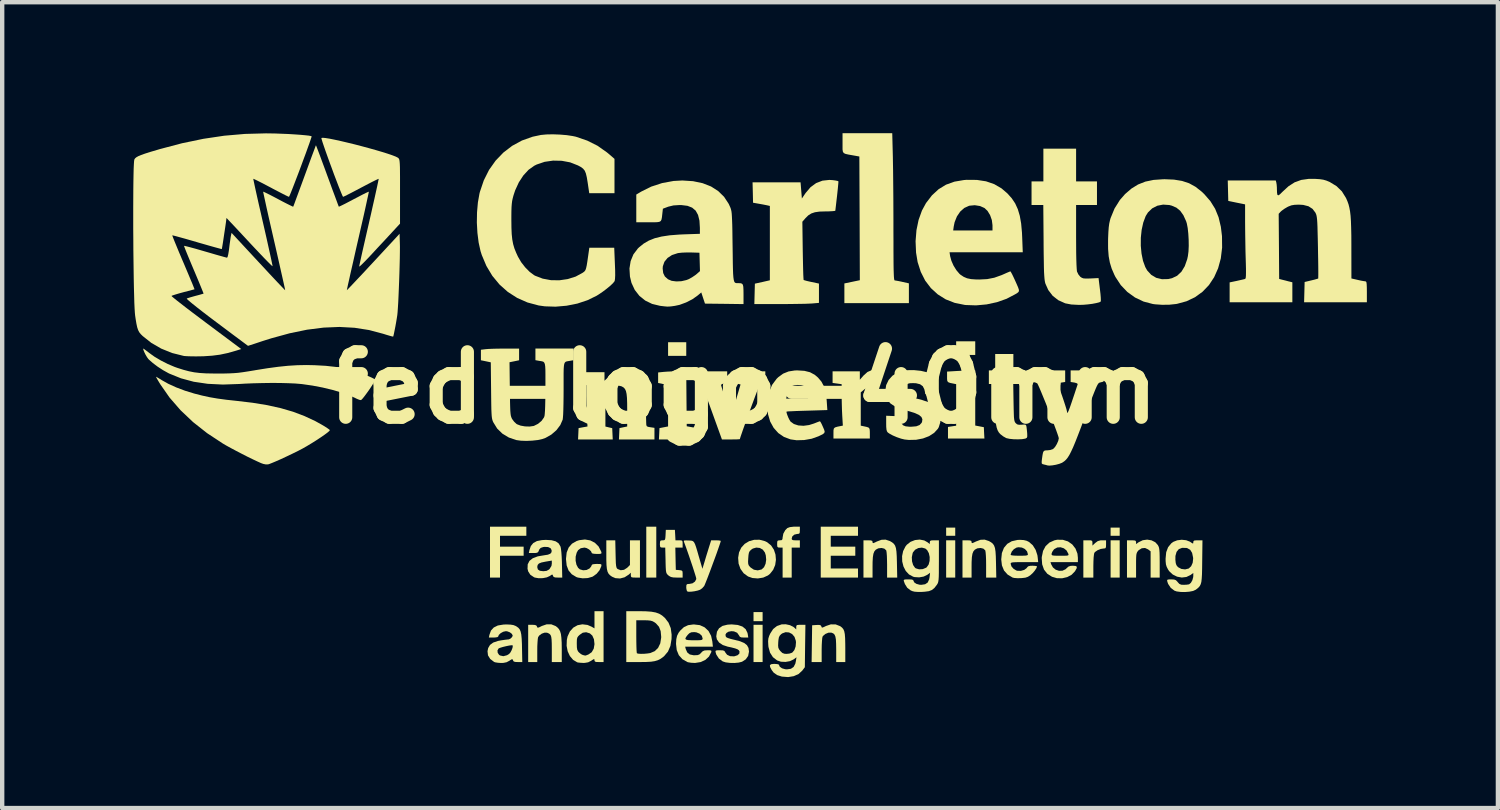
<source format=kicad_pcb>
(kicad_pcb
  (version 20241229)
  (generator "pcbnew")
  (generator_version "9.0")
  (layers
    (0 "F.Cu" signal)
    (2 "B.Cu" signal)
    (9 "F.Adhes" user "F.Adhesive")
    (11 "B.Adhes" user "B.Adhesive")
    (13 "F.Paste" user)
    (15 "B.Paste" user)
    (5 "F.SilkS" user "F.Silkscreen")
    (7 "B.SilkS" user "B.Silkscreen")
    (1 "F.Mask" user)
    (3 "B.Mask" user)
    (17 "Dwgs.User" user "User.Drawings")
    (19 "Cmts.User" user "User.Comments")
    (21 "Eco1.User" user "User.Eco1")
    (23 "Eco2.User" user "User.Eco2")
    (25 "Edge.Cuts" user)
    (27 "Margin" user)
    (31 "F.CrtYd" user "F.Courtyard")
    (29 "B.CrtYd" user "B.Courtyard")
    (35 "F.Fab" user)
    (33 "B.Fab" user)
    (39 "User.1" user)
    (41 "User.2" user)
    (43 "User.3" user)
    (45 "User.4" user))
  (footprint "fed-logo-40mm"
    (layer "F.Cu")
    (at 13.972 5.825)
    (property "Reference" "fed-logo-40mm" (at 0 0 0) (layer "F.SilkS") (effects (font (size 1.5 1.5) (thickness 0.3))))
    (attr board_only exclude_from_pos_files exclude_from_bom)
    (fp_poly (pts (xy -1.997 3.765) (xy -1.997 4.348) (xy -2.111 4.348) (xy -2.226 4.348) (xy -2.226 3.765) (xy -2.226 3.183) (xy -2.111 3.183) (xy -1.997 3.183)) (stroke (width 0) (type solid)) (fill yes) (layer "F.SilkS"))
    (fp_poly (pts (xy -1.311 -0.884) (xy -1.311 -0.728) (xy -1.519 -0.728) (xy -1.727 -0.728) (xy -1.727 -0.884) (xy -1.727 -1.04) (xy -1.519 -1.04) (xy -1.311 -1.04)) (stroke (width 0) (type solid)) (fill yes) (layer "F.SilkS"))
    (fp_poly (pts (xy 0.437 5.242) (xy 0.437 5.346) (xy 0.333 5.346) (xy 0.229 5.346) (xy 0.229 5.242) (xy 0.229 5.138) (xy 0.333 5.138) (xy 0.437 5.138)) (stroke (width 0) (type solid)) (fill yes) (layer "F.SilkS"))
    (fp_poly (pts (xy 0.437 5.856) (xy 0.437 6.282) (xy 0.333 6.282) (xy 0.229 6.282) (xy 0.229 5.856) (xy 0.229 5.429) (xy 0.333 5.429) (xy 0.437 5.429)) (stroke (width 0) (type solid)) (fill yes) (layer "F.SilkS"))
    (fp_poly (pts (xy 4.847 3.297) (xy 4.847 3.391) (xy 4.743 3.391) (xy 4.639 3.391) (xy 4.639 3.297) (xy 4.639 3.204) (xy 4.743 3.204) (xy 4.847 3.204)) (stroke (width 0) (type solid)) (fill yes) (layer "F.SilkS"))
    (fp_poly (pts (xy 4.847 3.921) (xy 4.847 4.348) (xy 4.743 4.348) (xy 4.639 4.348) (xy 4.639 3.921) (xy 4.639 3.495) (xy 4.743 3.495) (xy 4.847 3.495)) (stroke (width 0) (type solid)) (fill yes) (layer "F.SilkS"))
    (fp_poly (pts (xy 5.305 -0.905) (xy 5.305 -0.749) (xy 5.086 -0.749) (xy 4.868 -0.749) (xy 4.868 -0.905) (xy 4.868 -1.061) (xy 5.086 -1.061) (xy 5.305 -1.061)) (stroke (width 0) (type solid)) (fill yes) (layer "F.SilkS"))
    (fp_poly (pts (xy 8.612 3.297) (xy 8.612 3.391) (xy 8.508 3.391) (xy 8.404 3.391) (xy 8.404 3.297) (xy 8.404 3.204) (xy 8.508 3.204) (xy 8.612 3.204)) (stroke (width 0) (type solid)) (fill yes) (layer "F.SilkS"))
    (fp_poly (pts (xy 8.612 3.921) (xy 8.612 4.348) (xy 8.508 4.348) (xy 8.404 4.348) (xy 8.404 3.921) (xy 8.404 3.495) (xy 8.508 3.495) (xy 8.612 3.495)) (stroke (width 0) (type solid)) (fill yes) (layer "F.SilkS"))
    (fp_poly (pts (xy -4.972 3.287) (xy -4.972 3.391) (xy -5.273 3.391) (xy -5.575 3.391) (xy -5.575 3.516) (xy -5.575 3.64) (xy -5.305 3.64) (xy -5.034 3.64) (xy -5.034 3.744) (xy -5.034 3.848) (xy -5.305 3.848) (xy -5.575 3.848) (xy -5.575 4.098) (xy -5.575 4.348) (xy -5.69 4.348) (xy -5.804 4.348) (xy -5.804 3.765) (xy -5.804 3.183) (xy -5.388 3.183) (xy -4.972 3.183)) (stroke (width 0) (type solid)) (fill yes) (layer "F.SilkS"))
    (fp_poly (pts (xy -1.306 0.255) (xy -1.3 0.884) (xy -1.201 0.902) (xy -1.103 0.92) (xy -1.103 1.053) (xy -1.103 1.186) (xy -1.52 1.186) (xy -1.937 1.186) (xy -1.93 1.056) (xy -1.924 0.926) (xy -1.825 0.907) (xy -1.727 0.888) (xy -1.727 0.414) (xy -1.727 -0.059) (xy -1.841 -0.083) (xy -1.955 -0.107) (xy -1.955 -0.227) (xy -1.955 -0.348) (xy -1.828 -0.361) (xy -1.746 -0.367) (xy -1.641 -0.372) (xy -1.534 -0.374) (xy -1.505 -0.374) (xy -1.311 -0.374)) (stroke (width 0) (type solid)) (fill yes) (layer "F.SilkS"))
    (fp_poly (pts (xy 2.621 3.287) (xy 2.621 3.391) (xy 2.309 3.391) (xy 1.997 3.391) (xy 1.997 3.516) (xy 1.997 3.64) (xy 2.278 3.64) (xy 2.559 3.64) (xy 2.559 3.744) (xy 2.559 3.848) (xy 2.278 3.848) (xy 1.997 3.848) (xy 1.997 3.994) (xy 1.997 4.14) (xy 2.309 4.14) (xy 2.621 4.14) (xy 2.621 4.244) (xy 2.621 4.348) (xy 2.195 4.348) (xy 1.768 4.348) (xy 1.768 3.765) (xy 1.768 3.183) (xy 2.195 3.183) (xy 2.621 3.183)) (stroke (width 0) (type solid)) (fill yes) (layer "F.SilkS"))
    (fp_poly (pts (xy 5.305 0.236) (xy 5.305 0.867) (xy 5.403 0.886) (xy 5.502 0.905) (xy 5.508 1.035) (xy 5.515 1.165) (xy 5.098 1.165) (xy 4.681 1.165) (xy 4.681 1.032) (xy 4.681 0.899) (xy 4.774 0.885) (xy 4.868 0.871) (xy 4.868 0.396) (xy 4.868 -0.08) (xy 4.8 -0.094) (xy 4.727 -0.109) (xy 4.685 -0.126) (xy 4.665 -0.153) (xy 4.66 -0.2) (xy 4.66 -0.248) (xy 4.66 -0.368) (xy 4.894 -0.382) (xy 4.999 -0.387) (xy 5.097 -0.392) (xy 5.177 -0.394) (xy 5.216 -0.395) (xy 5.305 -0.395)) (stroke (width 0) (type solid)) (fill yes) (layer "F.SilkS"))
    (fp_poly (pts (xy 7.946 3.496) (xy 7.976 3.505) (xy 7.987 3.526) (xy 7.988 3.555) (xy 7.988 3.616) (xy 8.053 3.555) (xy 8.11 3.513) (xy 8.173 3.496) (xy 8.209 3.495) (xy 8.3 3.495) (xy 8.3 3.588) (xy 8.298 3.646) (xy 8.288 3.674) (xy 8.262 3.682) (xy 8.248 3.682) (xy 8.176 3.693) (xy 8.105 3.722) (xy 8.049 3.761) (xy 8.031 3.783) (xy 8.023 3.82) (xy 8.015 3.89) (xy 8.011 3.983) (xy 8.009 4.086) (xy 8.009 4.348) (xy 7.895 4.348) (xy 7.78 4.348) (xy 7.78 3.921) (xy 7.78 3.495) (xy 7.884 3.495)) (stroke (width 0) (type solid)) (fill yes) (layer "F.SilkS"))
    (fp_poly (pts (xy -2.929 3.809) (xy -2.926 3.931) (xy -2.923 4.018) (xy -2.917 4.077) (xy -2.909 4.114) (xy -2.898 4.137) (xy -2.882 4.152) (xy -2.812 4.18) (xy -2.736 4.17) (xy -2.664 4.124) (xy -2.661 4.121) (xy -2.6 4.06) (xy -2.6 3.777) (xy -2.6 3.495) (xy -2.486 3.495) (xy -2.371 3.495) (xy -2.371 3.921) (xy -2.371 4.348) (xy -2.476 4.348) (xy -2.537 4.346) (xy -2.568 4.338) (xy -2.578 4.317) (xy -2.58 4.292) (xy -2.58 4.236) (xy -2.626 4.279) (xy -2.722 4.341) (xy -2.827 4.369) (xy -2.933 4.361) (xy -3.01 4.328) (xy -3.055 4.296) (xy -3.089 4.26) (xy -3.113 4.213) (xy -3.128 4.149) (xy -3.137 4.061) (xy -3.141 3.943) (xy -3.141 3.829) (xy -3.141 3.495) (xy -3.039 3.495) (xy -2.936 3.495)) (stroke (width 0) (type solid)) (fill yes) (layer "F.SilkS"))
    (fp_poly (pts (xy 9.34 3.495) (xy 9.426 3.538) (xy 9.485 3.603) (xy 9.501 3.633) (xy 9.513 3.667) (xy 9.52 3.713) (xy 9.525 3.777) (xy 9.527 3.868) (xy 9.528 3.993) (xy 9.528 4.01) (xy 9.528 4.348) (xy 9.424 4.348) (xy 9.32 4.348) (xy 9.32 4.048) (xy 9.32 3.747) (xy 9.263 3.703) (xy 9.192 3.67) (xy 9.117 3.677) (xy 9.047 3.721) (xy 9.034 3.735) (xy 9.015 3.76) (xy 9.002 3.787) (xy 8.993 3.826) (xy 8.989 3.884) (xy 8.987 3.969) (xy 8.987 4.068) (xy 8.987 4.348) (xy 8.883 4.348) (xy 8.779 4.348) (xy 8.779 3.921) (xy 8.779 3.495) (xy 8.883 3.495) (xy 8.945 3.497) (xy 8.976 3.506) (xy 8.986 3.527) (xy 8.987 3.538) (xy 8.987 3.581) (xy 9.047 3.538) (xy 9.14 3.493) (xy 9.241 3.479)) (stroke (width 0) (type solid)) (fill yes) (layer "F.SilkS"))
    (fp_poly (pts (xy 1.29 3.266) (xy 1.287 3.319) (xy 1.274 3.343) (xy 1.241 3.349) (xy 1.229 3.349) (xy 1.163 3.365) (xy 1.117 3.405) (xy 1.103 3.455) (xy 1.109 3.48) (xy 1.136 3.492) (xy 1.193 3.495) (xy 1.196 3.495) (xy 1.29 3.495) (xy 1.29 3.578) (xy 1.29 3.661) (xy 1.196 3.661) (xy 1.103 3.661) (xy 1.103 4.005) (xy 1.103 4.348) (xy 0.999 4.348) (xy 0.895 4.348) (xy 0.895 4.005) (xy 0.895 3.661) (xy 0.832 3.661) (xy 0.792 3.658) (xy 0.774 3.64) (xy 0.77 3.596) (xy 0.77 3.578) (xy 0.772 3.525) (xy 0.786 3.501) (xy 0.819 3.495) (xy 0.832 3.495) (xy 0.876 3.49) (xy 0.892 3.466) (xy 0.895 3.431) (xy 0.911 3.343) (xy 0.956 3.262) (xy 1.003 3.215) (xy 1.061 3.193) (xy 1.147 3.183) (xy 1.17 3.183) (xy 1.29 3.183)) (stroke (width 0) (type solid)) (fill yes) (layer "F.SilkS"))
    (fp_poly (pts (xy -4.399 5.419) (xy -4.301 5.458) (xy -4.262 5.488) (xy -4.226 5.527) (xy -4.2 5.575) (xy -4.181 5.638) (xy -4.17 5.723) (xy -4.163 5.837) (xy -4.161 5.985) (xy -4.161 5.996) (xy -4.161 6.282) (xy -4.275 6.282) (xy -4.389 6.282) (xy -4.389 5.984) (xy -4.39 5.858) (xy -4.394 5.767) (xy -4.402 5.705) (xy -4.417 5.664) (xy -4.442 5.637) (xy -4.476 5.618) (xy -4.5 5.61) (xy -4.555 5.609) (xy -4.619 5.632) (xy -4.674 5.672) (xy -4.702 5.711) (xy -4.71 5.752) (xy -4.716 5.825) (xy -4.721 5.919) (xy -4.722 6.024) (xy -4.722 6.024) (xy -4.722 6.282) (xy -4.826 6.282) (xy -4.93 6.282) (xy -4.93 5.856) (xy -4.93 5.429) (xy -4.835 5.429) (xy -4.773 5.433) (xy -4.741 5.447) (xy -4.729 5.469) (xy -4.72 5.491) (xy -4.704 5.495) (xy -4.67 5.483) (xy -4.617 5.456) (xy -4.506 5.418)) (stroke (width 0) (type solid)) (fill yes) (layer "F.SilkS"))
    (fp_poly (pts (xy 2.109 5.42) (xy 2.209 5.459) (xy 2.217 5.463) (xy 2.256 5.494) (xy 2.285 5.529) (xy 2.306 5.577) (xy 2.319 5.643) (xy 2.326 5.734) (xy 2.329 5.856) (xy 2.33 5.949) (xy 2.33 6.282) (xy 2.226 6.282) (xy 2.122 6.282) (xy 2.122 5.996) (xy 2.12 5.863) (xy 2.115 5.766) (xy 2.103 5.698) (xy 2.084 5.654) (xy 2.055 5.626) (xy 2.014 5.61) (xy 2.008 5.608) (xy 1.943 5.61) (xy 1.875 5.638) (xy 1.821 5.683) (xy 1.81 5.699) (xy 1.802 5.734) (xy 1.796 5.802) (xy 1.791 5.892) (xy 1.789 5.996) (xy 1.789 6.011) (xy 1.789 6.282) (xy 1.674 6.282) (xy 1.559 6.282) (xy 1.565 5.861) (xy 1.571 5.44) (xy 1.671 5.433) (xy 1.734 5.432) (xy 1.766 5.441) (xy 1.781 5.463) (xy 1.782 5.466) (xy 1.79 5.488) (xy 1.807 5.493) (xy 1.842 5.479) (xy 1.889 5.456) (xy 1.999 5.419)) (stroke (width 0) (type solid)) (fill yes) (layer "F.SilkS"))
    (fp_poly (pts (xy 3.346 3.51) (xy 3.348 3.51) (xy 3.401 3.541) (xy 3.441 3.574) (xy 3.47 3.616) (xy 3.489 3.673) (xy 3.501 3.752) (xy 3.508 3.86) (xy 3.512 4.003) (xy 3.512 4.006) (xy 3.519 4.348) (xy 3.403 4.348) (xy 3.287 4.348) (xy 3.287 4.055) (xy 3.285 3.946) (xy 3.282 3.85) (xy 3.276 3.775) (xy 3.269 3.731) (xy 3.267 3.725) (xy 3.225 3.686) (xy 3.161 3.67) (xy 3.089 3.678) (xy 3.075 3.684) (xy 3.029 3.709) (xy 2.996 3.747) (xy 2.974 3.802) (xy 2.961 3.881) (xy 2.955 3.992) (xy 2.954 4.087) (xy 2.954 4.348) (xy 2.85 4.348) (xy 2.746 4.348) (xy 2.746 3.921) (xy 2.746 3.495) (xy 2.85 3.495) (xy 2.913 3.497) (xy 2.944 3.507) (xy 2.954 3.528) (xy 2.954 3.534) (xy 2.957 3.555) (xy 2.971 3.559) (xy 3.007 3.545) (xy 3.051 3.523) (xy 3.157 3.483) (xy 3.252 3.479)) (stroke (width 0) (type solid)) (fill yes) (layer "F.SilkS"))
    (fp_poly (pts (xy 5.613 3.51) (xy 5.615 3.51) (xy 5.669 3.541) (xy 5.709 3.574) (xy 5.737 3.616) (xy 5.757 3.673) (xy 5.769 3.752) (xy 5.776 3.86) (xy 5.78 4.003) (xy 5.78 4.006) (xy 5.787 4.348) (xy 5.671 4.348) (xy 5.554 4.348) (xy 5.554 4.055) (xy 5.553 3.946) (xy 5.549 3.85) (xy 5.543 3.775) (xy 5.536 3.731) (xy 5.534 3.725) (xy 5.492 3.686) (xy 5.428 3.67) (xy 5.357 3.678) (xy 5.342 3.684) (xy 5.296 3.709) (xy 5.263 3.747) (xy 5.241 3.802) (xy 5.228 3.881) (xy 5.222 3.992) (xy 5.221 4.087) (xy 5.221 4.348) (xy 5.117 4.348) (xy 5.013 4.348) (xy 5.013 3.921) (xy 5.013 3.495) (xy 5.117 3.495) (xy 5.18 3.497) (xy 5.212 3.507) (xy 5.221 3.528) (xy 5.221 3.534) (xy 5.224 3.555) (xy 5.239 3.559) (xy 5.274 3.545) (xy 5.319 3.523) (xy 5.425 3.483) (xy 5.52 3.479)) (stroke (width 0) (type solid)) (fill yes) (layer "F.SilkS"))
    (fp_poly (pts (xy 3.419 -5.279) (xy 3.421 -5.148) (xy 3.424 -4.982) (xy 3.426 -4.788) (xy 3.428 -4.573) (xy 3.43 -4.342) (xy 3.431 -4.102) (xy 3.432 -3.86) (xy 3.432 -3.623) (xy 3.432 -3.594) (xy 3.433 -3.342) (xy 3.433 -3.129) (xy 3.434 -2.952) (xy 3.435 -2.807) (xy 3.437 -2.692) (xy 3.44 -2.604) (xy 3.443 -2.539) (xy 3.447 -2.495) (xy 3.452 -2.468) (xy 3.458 -2.456) (xy 3.461 -2.455) (xy 3.495 -2.45) (xy 3.556 -2.439) (xy 3.632 -2.423) (xy 3.638 -2.421) (xy 3.786 -2.388) (xy 3.786 -2.161) (xy 3.786 -1.935) (xy 3.048 -1.935) (xy 2.309 -1.935) (xy 2.309 -2.16) (xy 2.309 -2.386) (xy 2.486 -2.423) (xy 2.663 -2.46) (xy 2.658 -3.876) (xy 2.652 -5.292) (xy 2.507 -5.318) (xy 2.405 -5.336) (xy 2.337 -5.351) (xy 2.296 -5.37) (xy 2.275 -5.401) (xy 2.267 -5.452) (xy 2.267 -5.531) (xy 2.267 -5.596) (xy 2.267 -5.825) (xy 2.836 -5.825) (xy 3.405 -5.825)) (stroke (width 0) (type solid)) (fill yes) (layer "F.SilkS"))
    (fp_poly (pts (xy -1.564 3.375) (xy -1.558 3.495) (xy -1.476 3.495) (xy -1.423 3.497) (xy -1.4 3.511) (xy -1.394 3.549) (xy -1.394 3.578) (xy -1.394 3.661) (xy -1.478 3.661) (xy -1.561 3.661) (xy -1.556 3.916) (xy -1.55 4.171) (xy -1.472 4.177) (xy -1.422 4.184) (xy -1.399 4.202) (xy -1.394 4.244) (xy -1.394 4.266) (xy -1.394 4.348) (xy -1.528 4.348) (xy -1.608 4.345) (xy -1.662 4.334) (xy -1.704 4.311) (xy -1.72 4.298) (xy -1.743 4.277) (xy -1.759 4.255) (xy -1.77 4.226) (xy -1.777 4.18) (xy -1.781 4.112) (xy -1.784 4.014) (xy -1.785 3.954) (xy -1.792 3.661) (xy -1.853 3.661) (xy -1.892 3.658) (xy -1.909 3.64) (xy -1.914 3.595) (xy -1.914 3.578) (xy -1.911 3.525) (xy -1.898 3.501) (xy -1.865 3.495) (xy -1.852 3.495) (xy -1.818 3.493) (xy -1.799 3.48) (xy -1.79 3.446) (xy -1.785 3.381) (xy -1.785 3.375) (xy -1.779 3.256) (xy -1.675 3.256) (xy -1.571 3.256)) (stroke (width 0) (type solid)) (fill yes) (layer "F.SilkS"))
    (fp_poly (pts (xy 0.49 3.514) (xy 0.54 3.538) (xy 0.631 3.612) (xy 0.695 3.709) (xy 0.732 3.821) (xy 0.742 3.941) (xy 0.725 4.06) (xy 0.679 4.17) (xy 0.606 4.262) (xy 0.558 4.3) (xy 0.452 4.348) (xy 0.329 4.368) (xy 0.205 4.358) (xy 0.104 4.323) (xy 0.003 4.249) (xy -0.07 4.148) (xy -0.113 4.028) (xy -0.116 3.986) (xy 0.104 3.986) (xy 0.108 4.036) (xy 0.121 4.071) (xy 0.148 4.103) (xy 0.163 4.118) (xy 0.238 4.168) (xy 0.325 4.183) (xy 0.41 4.163) (xy 0.417 4.16) (xy 0.47 4.11) (xy 0.505 4.032) (xy 0.519 3.939) (xy 0.51 3.84) (xy 0.49 3.775) (xy 0.442 3.709) (xy 0.373 3.67) (xy 0.292 3.661) (xy 0.212 3.684) (xy 0.174 3.711) (xy 0.142 3.742) (xy 0.124 3.778) (xy 0.114 3.832) (xy 0.108 3.908) (xy 0.104 3.986) (xy -0.116 3.986) (xy -0.123 3.895) (xy -0.103 3.772) (xy -0.052 3.663) (xy 0.027 3.576) (xy 0.128 3.515) (xy 0.244 3.483) (xy 0.367 3.482)) (stroke (width 0) (type solid)) (fill yes) (layer "F.SilkS"))
    (fp_poly (pts (xy 3.063 -0.402) (xy 3.115 -0.391) (xy 3.135 -0.374) (xy 3.134 -0.34) (xy 3.133 -0.335) (xy 3.125 -0.286) (xy 3.116 -0.213) (xy 3.108 -0.14) (xy 3.095 0) (xy 2.953 0) (xy 2.872 0.002) (xy 2.818 0.012) (xy 2.776 0.032) (xy 2.748 0.054) (xy 2.684 0.108) (xy 2.684 0.489) (xy 2.684 0.87) (xy 2.751 0.884) (xy 2.825 0.9) (xy 2.867 0.916) (xy 2.886 0.944) (xy 2.891 0.992) (xy 2.892 1.042) (xy 2.892 1.165) (xy 2.476 1.165) (xy 2.059 1.165) (xy 2.059 1.042) (xy 2.06 0.974) (xy 2.069 0.934) (xy 2.094 0.911) (xy 2.144 0.895) (xy 2.203 0.883) (xy 2.274 0.869) (xy 2.26 0.637) (xy 2.254 0.512) (xy 2.25 0.367) (xy 2.247 0.227) (xy 2.247 0.163) (xy 2.247 -0.079) (xy 2.143 -0.094) (xy 2.039 -0.108) (xy 2.039 -0.241) (xy 2.039 -0.374) (xy 2.351 -0.374) (xy 2.663 -0.374) (xy 2.663 -0.278) (xy 2.663 -0.181) (xy 2.747 -0.277) (xy 2.838 -0.359) (xy 2.935 -0.4) (xy 3.043 -0.405)) (stroke (width 0) (type solid)) (fill yes) (layer "F.SilkS"))
    (fp_poly (pts (xy -2.236 5.12) (xy -2.111 5.129) (xy -2.011 5.147) (xy -1.932 5.175) (xy -1.864 5.216) (xy -1.801 5.271) (xy -1.799 5.273) (xy -1.717 5.38) (xy -1.666 5.505) (xy -1.646 5.654) (xy -1.648 5.755) (xy -1.674 5.913) (xy -1.73 6.043) (xy -1.818 6.147) (xy -1.848 6.172) (xy -1.906 6.212) (xy -1.965 6.241) (xy -2.033 6.261) (xy -2.117 6.274) (xy -2.226 6.28) (xy -2.367 6.282) (xy -2.387 6.282) (xy -2.684 6.282) (xy -2.684 5.7) (xy -2.684 5.696) (xy -2.455 5.696) (xy -2.454 5.817) (xy -2.452 5.922) (xy -2.449 6.006) (xy -2.445 6.062) (xy -2.441 6.081) (xy -2.41 6.09) (xy -2.352 6.094) (xy -2.278 6.093) (xy -2.201 6.086) (xy -2.135 6.076) (xy -2.032 6.032) (xy -1.956 5.958) (xy -1.906 5.854) (xy -1.885 5.723) (xy -1.885 5.699) (xy -1.897 5.573) (xy -1.935 5.475) (xy -2.004 5.397) (xy -2.038 5.372) (xy -2.081 5.348) (xy -2.128 5.334) (xy -2.194 5.327) (xy -2.281 5.325) (xy -2.455 5.325) (xy -2.455 5.696) (xy -2.684 5.696) (xy -2.684 5.117) (xy -2.396 5.117)) (stroke (width 0) (type solid)) (fill yes) (layer "F.SilkS"))
    (fp_poly (pts (xy -3.509 3.497) (xy -3.403 3.551) (xy -3.318 3.636) (xy -3.261 3.747) (xy -3.256 3.76) (xy -3.251 3.787) (xy -3.262 3.801) (xy -3.297 3.806) (xy -3.358 3.807) (xy -3.424 3.803) (xy -3.465 3.794) (xy -3.474 3.785) (xy -3.492 3.745) (xy -3.535 3.704) (xy -3.591 3.673) (xy -3.641 3.661) (xy -3.727 3.676) (xy -3.787 3.721) (xy -3.819 3.777) (xy -3.843 3.868) (xy -3.844 3.963) (xy -3.825 4.053) (xy -3.788 4.123) (xy -3.748 4.159) (xy -3.672 4.181) (xy -3.593 4.174) (xy -3.528 4.141) (xy -3.519 4.133) (xy -3.487 4.092) (xy -3.474 4.061) (xy -3.474 4.06) (xy -3.454 4.044) (xy -3.395 4.037) (xy -3.359 4.036) (xy -3.294 4.037) (xy -3.261 4.043) (xy -3.252 4.059) (xy -3.257 4.09) (xy -3.258 4.093) (xy -3.297 4.181) (xy -3.364 4.262) (xy -3.449 4.323) (xy -3.461 4.329) (xy -3.565 4.359) (xy -3.682 4.365) (xy -3.791 4.348) (xy -3.827 4.336) (xy -3.932 4.272) (xy -4.006 4.184) (xy -4.049 4.07) (xy -4.064 3.927) (xy -4.064 3.918) (xy -4.049 3.775) (xy -4.003 3.66) (xy -3.927 3.572) (xy -3.82 3.511) (xy -3.761 3.492) (xy -3.63 3.476)) (stroke (width 0) (type solid)) (fill yes) (layer "F.SilkS"))
    (fp_poly (pts (xy 6.178 -0.582) (xy 6.178 -0.395) (xy 6.314 -0.395) (xy 6.449 -0.395) (xy 6.449 -0.239) (xy 6.449 -0.083) (xy 6.312 -0.083) (xy 6.175 -0.083) (xy 6.182 0.341) (xy 6.185 0.486) (xy 6.188 0.594) (xy 6.191 0.673) (xy 6.197 0.728) (xy 6.204 0.765) (xy 6.215 0.79) (xy 6.228 0.809) (xy 6.23 0.811) (xy 6.264 0.84) (xy 6.307 0.85) (xy 6.37 0.848) (xy 6.43 0.844) (xy 6.46 0.85) (xy 6.474 0.873) (xy 6.479 0.903) (xy 6.487 0.966) (xy 6.494 1.042) (xy 6.495 1.06) (xy 6.496 1.118) (xy 6.486 1.148) (xy 6.458 1.164) (xy 6.449 1.167) (xy 6.378 1.179) (xy 6.285 1.183) (xy 6.185 1.181) (xy 6.093 1.172) (xy 6.024 1.157) (xy 6.012 1.153) (xy 5.945 1.115) (xy 5.883 1.067) (xy 5.881 1.066) (xy 5.845 1.025) (xy 5.817 0.976) (xy 5.796 0.915) (xy 5.78 0.835) (xy 5.77 0.731) (xy 5.765 0.599) (xy 5.762 0.432) (xy 5.762 0.36) (xy 5.762 -0.083) (xy 5.69 -0.083) (xy 5.617 -0.083) (xy 5.617 -0.239) (xy 5.617 -0.395) (xy 5.69 -0.395) (xy 5.762 -0.395) (xy 5.762 -0.582) (xy 5.762 -0.77) (xy 5.97 -0.77) (xy 6.178 -0.77)) (stroke (width 0) (type solid)) (fill yes) (layer "F.SilkS"))
    (fp_poly (pts (xy -13.428 -0.239) (xy -13.382 -0.212) (xy -13.321 -0.174) (xy -13.32 -0.173) (xy -13.17 -0.089) (xy -12.99 -0.007) (xy -12.789 0.069) (xy -12.578 0.134) (xy -12.575 0.135) (xy -12.395 0.181) (xy -12.221 0.219) (xy -12.039 0.25) (xy -11.84 0.277) (xy -11.61 0.302) (xy -11.609 0.302) (xy -11.238 0.346) (xy -10.901 0.401) (xy -10.595 0.469) (xy -10.314 0.551) (xy -10.052 0.65) (xy -9.805 0.765) (xy -9.664 0.843) (xy -9.586 0.889) (xy -9.522 0.931) (xy -9.481 0.961) (xy -9.47 0.972) (xy -9.484 0.993) (xy -9.528 1.031) (xy -9.596 1.081) (xy -9.683 1.141) (xy -9.783 1.207) (xy -9.89 1.274) (xy -9.998 1.339) (xy -10.102 1.398) (xy -10.194 1.446) (xy -10.326 1.511) (xy -10.458 1.574) (xy -10.584 1.633) (xy -10.697 1.683) (xy -10.79 1.722) (xy -10.856 1.748) (xy -10.883 1.756) (xy -10.939 1.757) (xy -10.994 1.746) (xy -11.049 1.726) (xy -11.133 1.688) (xy -11.239 1.638) (xy -11.36 1.579) (xy -11.489 1.513) (xy -11.618 1.446) (xy -11.74 1.381) (xy -11.849 1.321) (xy -11.925 1.276) (xy -12.28 1.042) (xy -12.602 0.788) (xy -12.889 0.516) (xy -13.14 0.227) (xy -13.35 -0.074) (xy -13.395 -0.148) (xy -13.429 -0.206) (xy -13.448 -0.242) (xy -13.45 -0.25)) (stroke (width 0) (type solid)) (fill yes) (layer "F.SilkS"))
    (fp_poly (pts (xy 7.31 3.483) (xy 7.428 3.52) (xy 7.526 3.589) (xy 7.6 3.684) (xy 7.645 3.8) (xy 7.655 3.895) (xy 7.655 3.994) (xy 7.342 3.994) (xy 7.028 3.994) (xy 7.042 4.041) (xy 7.083 4.115) (xy 7.146 4.167) (xy 7.222 4.193) (xy 7.301 4.191) (xy 7.372 4.158) (xy 7.396 4.135) (xy 7.438 4.097) (xy 7.487 4.08) (xy 7.54 4.077) (xy 7.603 4.082) (xy 7.631 4.1) (xy 7.626 4.137) (xy 7.591 4.199) (xy 7.588 4.204) (xy 7.512 4.283) (xy 7.411 4.337) (xy 7.295 4.364) (xy 7.175 4.362) (xy 7.062 4.329) (xy 6.954 4.26) (xy 6.879 4.165) (xy 6.837 4.044) (xy 6.827 3.9) (xy 6.829 3.874) (xy 6.843 3.808) (xy 7.052 3.808) (xy 7.055 3.827) (xy 7.07 3.839) (xy 7.104 3.845) (xy 7.165 3.848) (xy 7.251 3.848) (xy 7.343 3.848) (xy 7.4 3.846) (xy 7.431 3.84) (xy 7.441 3.828) (xy 7.438 3.809) (xy 7.436 3.802) (xy 7.396 3.728) (xy 7.334 3.678) (xy 7.259 3.654) (xy 7.183 3.659) (xy 7.115 3.696) (xy 7.1 3.712) (xy 7.067 3.761) (xy 7.052 3.805) (xy 7.052 3.808) (xy 6.843 3.808) (xy 6.857 3.738) (xy 6.916 3.628) (xy 7.004 3.546) (xy 7.118 3.495) (xy 7.179 3.482)) (stroke (width 0) (type solid)) (fill yes) (layer "F.SilkS"))
    (fp_poly (pts (xy -3.204 5.7) (xy -3.204 6.282) (xy -3.308 6.282) (xy -3.37 6.28) (xy -3.401 6.271) (xy -3.411 6.25) (xy -3.412 6.241) (xy -3.414 6.218) (xy -3.428 6.215) (xy -3.462 6.235) (xy -3.487 6.252) (xy -3.557 6.288) (xy -3.634 6.301) (xy -3.669 6.302) (xy -3.737 6.298) (xy -3.79 6.292) (xy -3.807 6.288) (xy -3.901 6.232) (xy -3.975 6.145) (xy -4.026 6.035) (xy -4.05 5.91) (xy -4.048 5.863) (xy -3.817 5.863) (xy -3.815 5.945) (xy -3.807 5.998) (xy -3.789 6.036) (xy -3.768 6.061) (xy -3.721 6.1) (xy -3.676 6.122) (xy -3.674 6.122) (xy -3.636 6.131) (xy -3.624 6.134) (xy -3.603 6.129) (xy -3.559 6.112) (xy -3.548 6.107) (xy -3.475 6.056) (xy -3.429 5.975) (xy -3.412 5.874) (xy -3.412 5.87) (xy -3.424 5.761) (xy -3.461 5.677) (xy -3.517 5.626) (xy -3.602 5.599) (xy -3.68 5.61) (xy -3.749 5.657) (xy -3.785 5.691) (xy -3.806 5.724) (xy -3.815 5.768) (xy -3.817 5.837) (xy -3.817 5.863) (xy -4.048 5.863) (xy -4.045 5.776) (xy -4.028 5.695) (xy -3.975 5.581) (xy -3.897 5.494) (xy -3.8 5.439) (xy -3.689 5.418) (xy -3.573 5.432) (xy -3.479 5.472) (xy -3.412 5.511) (xy -3.412 5.314) (xy -3.412 5.117) (xy -3.308 5.117) (xy -3.204 5.117)) (stroke (width 0) (type solid)) (fill yes) (layer "F.SilkS"))
    (fp_poly (pts (xy -0.569 3.497) (xy -0.529 3.504) (xy -0.521 3.51) (xy -0.528 3.539) (xy -0.548 3.599) (xy -0.578 3.686) (xy -0.615 3.792) (xy -0.658 3.91) (xy -0.704 4.034) (xy -0.75 4.159) (xy -0.794 4.276) (xy -0.834 4.38) (xy -0.867 4.463) (xy -0.891 4.521) (xy -0.902 4.543) (xy -0.947 4.593) (xy -0.994 4.626) (xy -1.048 4.645) (xy -1.121 4.661) (xy -1.196 4.671) (xy -1.258 4.672) (xy -1.285 4.667) (xy -1.301 4.641) (xy -1.31 4.59) (xy -1.311 4.575) (xy -1.308 4.522) (xy -1.294 4.499) (xy -1.257 4.494) (xy -1.238 4.493) (xy -1.167 4.479) (xy -1.112 4.44) (xy -1.083 4.387) (xy -1.082 4.37) (xy -1.088 4.342) (xy -1.106 4.282) (xy -1.133 4.197) (xy -1.166 4.094) (xy -1.204 3.982) (xy -1.243 3.866) (xy -1.282 3.754) (xy -1.317 3.654) (xy -1.347 3.573) (xy -1.363 3.53) (xy -1.368 3.509) (xy -1.354 3.499) (xy -1.314 3.497) (xy -1.258 3.499) (xy -1.214 3.501) (xy -1.18 3.505) (xy -1.154 3.517) (xy -1.132 3.541) (xy -1.11 3.583) (xy -1.087 3.648) (xy -1.059 3.74) (xy -1.023 3.866) (xy -1.01 3.91) (xy -0.941 4.147) (xy -0.885 3.962) (xy -0.854 3.857) (xy -0.82 3.748) (xy -0.791 3.653) (xy -0.785 3.635) (xy -0.741 3.495) (xy -0.63 3.495)) (stroke (width 0) (type solid)) (fill yes) (layer "F.SilkS"))
    (fp_poly (pts (xy -1 5.437) (xy -0.889 5.488) (xy -0.802 5.57) (xy -0.742 5.682) (xy -0.714 5.811) (xy -0.701 5.929) (xy -1.019 5.929) (xy -1.336 5.929) (xy -1.322 5.986) (xy -1.288 6.062) (xy -1.231 6.108) (xy -1.144 6.126) (xy -1.121 6.126) (xy -1.053 6.123) (xy -1.01 6.108) (xy -0.975 6.076) (xy -0.97 6.069) (xy -0.933 6.033) (xy -0.89 6.016) (xy -0.825 6.012) (xy -0.765 6.013) (xy -0.739 6.021) (xy -0.735 6.041) (xy -0.74 6.059) (xy -0.791 6.156) (xy -0.873 6.232) (xy -0.98 6.282) (xy -1.105 6.302) (xy -1.125 6.302) (xy -1.199 6.298) (xy -1.262 6.288) (xy -1.287 6.281) (xy -1.4 6.216) (xy -1.481 6.125) (xy -1.529 6.008) (xy -1.545 5.866) (xy -1.539 5.76) (xy -1.536 5.746) (xy -1.332 5.746) (xy -1.317 5.768) (xy -1.27 5.779) (xy -1.187 5.783) (xy -1.134 5.783) (xy -1.042 5.783) (xy -0.984 5.78) (xy -0.952 5.773) (xy -0.939 5.76) (xy -0.936 5.741) (xy -0.955 5.68) (xy -1.006 5.632) (xy -1.078 5.602) (xy -1.131 5.596) (xy -1.196 5.601) (xy -1.241 5.623) (xy -1.278 5.66) (xy -1.317 5.711) (xy -1.332 5.746) (xy -1.536 5.746) (xy -1.521 5.68) (xy -1.486 5.611) (xy -1.445 5.558) (xy -1.364 5.482) (xy -1.269 5.438) (xy -1.15 5.421) (xy -1.134 5.421)) (stroke (width 0) (type solid)) (fill yes) (layer "F.SilkS"))
    (fp_poly (pts (xy 7.614 -5.097) (xy 7.614 -4.722) (xy 7.853 -4.722) (xy 8.092 -4.722) (xy 8.092 -4.452) (xy 8.092 -4.181) (xy 7.853 -4.181) (xy 7.614 -4.181) (xy 7.614 -3.458) (xy 7.615 -3.262) (xy 7.616 -3.087) (xy 7.619 -2.936) (xy 7.623 -2.813) (xy 7.628 -2.722) (xy 7.633 -2.667) (xy 7.635 -2.658) (xy 7.665 -2.594) (xy 7.709 -2.54) (xy 7.713 -2.537) (xy 7.746 -2.515) (xy 7.782 -2.502) (xy 7.833 -2.498) (xy 7.91 -2.499) (xy 7.949 -2.5) (xy 8.128 -2.509) (xy 8.16 -2.248) (xy 8.172 -2.148) (xy 8.179 -2.063) (xy 8.181 -2.001) (xy 8.178 -1.972) (xy 8.178 -1.971) (xy 8.142 -1.953) (xy 8.074 -1.936) (xy 7.984 -1.919) (xy 7.881 -1.906) (xy 7.775 -1.897) (xy 7.676 -1.895) (xy 7.504 -1.904) (xy 7.369 -1.93) (xy 7.36 -1.933) (xy 7.205 -2.003) (xy 7.077 -2.104) (xy 6.977 -2.235) (xy 6.912 -2.38) (xy 6.903 -2.412) (xy 6.896 -2.45) (xy 6.89 -2.5) (xy 6.885 -2.565) (xy 6.88 -2.65) (xy 6.877 -2.758) (xy 6.875 -2.894) (xy 6.872 -3.062) (xy 6.87 -3.267) (xy 6.87 -3.334) (xy 6.863 -4.181) (xy 6.729 -4.181) (xy 6.594 -4.181) (xy 6.594 -4.452) (xy 6.594 -4.722) (xy 6.73 -4.722) (xy 6.865 -4.722) (xy 6.865 -5.097) (xy 6.865 -5.471) (xy 7.239 -5.471) (xy 7.614 -5.471)) (stroke (width 0) (type solid)) (fill yes) (layer "F.SilkS"))
    (fp_poly (pts (xy -0.131 5.433) (xy -0.025 5.469) (xy 0.049 5.529) (xy 0.091 5.615) (xy 0.097 5.645) (xy 0.109 5.721) (xy 0.013 5.721) (xy -0.049 5.718) (xy -0.083 5.704) (xy -0.101 5.675) (xy -0.104 5.67) (xy -0.146 5.611) (xy -0.218 5.58) (xy -0.278 5.575) (xy -0.344 5.587) (xy -0.392 5.617) (xy -0.414 5.657) (xy -0.405 5.7) (xy -0.388 5.718) (xy -0.355 5.733) (xy -0.294 5.752) (xy -0.217 5.771) (xy -0.211 5.772) (xy -0.079 5.806) (xy 0.016 5.846) (xy 0.079 5.896) (xy 0.114 5.959) (xy 0.125 6.04) (xy 0.125 6.045) (xy 0.106 6.142) (xy 0.051 6.22) (xy -0.034 6.275) (xy -0.11 6.294) (xy -0.208 6.303) (xy -0.313 6.301) (xy -0.408 6.289) (xy -0.477 6.267) (xy -0.565 6.2) (xy -0.623 6.11) (xy -0.636 6.069) (xy -0.642 6.036) (xy -0.633 6.019) (xy -0.6 6.013) (xy -0.543 6.012) (xy -0.478 6.014) (xy -0.442 6.025) (xy -0.422 6.049) (xy -0.416 6.064) (xy -0.375 6.116) (xy -0.308 6.147) (xy -0.223 6.151) (xy -0.209 6.15) (xy -0.136 6.126) (xy -0.095 6.088) (xy -0.092 6.038) (xy -0.092 6.036) (xy -0.108 6.011) (xy -0.139 5.989) (xy -0.193 5.969) (xy -0.278 5.947) (xy -0.363 5.929) (xy -0.475 5.892) (xy -0.559 5.835) (xy -0.61 5.763) (xy -0.624 5.693) (xy -0.608 5.587) (xy -0.56 5.508) (xy -0.48 5.454) (xy -0.367 5.426) (xy -0.27 5.42)) (stroke (width 0) (type solid)) (fill yes) (layer "F.SilkS"))
    (fp_poly (pts (xy 2.043 -4.751) (xy 2.109 -4.742) (xy 2.156 -4.732) (xy 2.172 -4.725) (xy 2.172 -4.701) (xy 2.167 -4.643) (xy 2.159 -4.558) (xy 2.148 -4.454) (xy 2.141 -4.389) (xy 2.128 -4.278) (xy 2.117 -4.181) (xy 2.108 -4.106) (xy 2.103 -4.061) (xy 2.102 -4.051) (xy 2.082 -4.045) (xy 2.029 -4.04) (xy 1.952 -4.036) (xy 1.877 -4.035) (xy 1.74 -4.031) (xy 1.635 -4.016) (xy 1.552 -3.988) (xy 1.482 -3.944) (xy 1.417 -3.88) (xy 1.417 -3.879) (xy 1.347 -3.799) (xy 1.356 -3.138) (xy 1.359 -2.976) (xy 1.362 -2.828) (xy 1.365 -2.698) (xy 1.368 -2.593) (xy 1.372 -2.516) (xy 1.375 -2.473) (xy 1.376 -2.465) (xy 1.4 -2.457) (xy 1.454 -2.442) (xy 1.529 -2.425) (xy 1.557 -2.419) (xy 1.727 -2.383) (xy 1.727 -2.162) (xy 1.727 -1.941) (xy 1.567 -1.927) (xy 1.504 -1.924) (xy 1.406 -1.92) (xy 1.281 -1.918) (xy 1.137 -1.916) (xy 0.98 -1.914) (xy 0.828 -1.914) (xy 0.248 -1.914) (xy 0.254 -2.147) (xy 0.26 -2.381) (xy 0.432 -2.419) (xy 0.603 -2.458) (xy 0.603 -3.309) (xy 0.603 -4.16) (xy 0.556 -4.171) (xy 0.513 -4.18) (xy 0.443 -4.194) (xy 0.364 -4.208) (xy 0.218 -4.234) (xy 0.213 -4.468) (xy 0.207 -4.701) (xy 0.756 -4.701) (xy 1.306 -4.701) (xy 1.321 -4.516) (xy 1.336 -4.33) (xy 1.422 -4.457) (xy 1.534 -4.589) (xy 1.662 -4.683) (xy 1.807 -4.739) (xy 1.966 -4.756)) (stroke (width 0) (type solid)) (fill yes) (layer "F.SilkS"))
    (fp_poly (pts (xy 6.414 3.489) (xy 6.481 3.505) (xy 6.537 3.533) (xy 6.623 3.609) (xy 6.688 3.714) (xy 6.728 3.836) (xy 6.734 3.879) (xy 6.746 3.994) (xy 6.431 3.994) (xy 6.31 3.994) (xy 6.225 3.996) (xy 6.169 3.999) (xy 6.136 4.005) (xy 6.121 4.015) (xy 6.116 4.029) (xy 6.116 4.033) (xy 6.134 4.092) (xy 6.181 4.146) (xy 6.244 4.185) (xy 6.273 4.193) (xy 6.352 4.194) (xy 6.427 4.172) (xy 6.481 4.132) (xy 6.492 4.116) (xy 6.516 4.091) (xy 6.562 4.079) (xy 6.616 4.077) (xy 6.675 4.08) (xy 6.712 4.087) (xy 6.719 4.093) (xy 6.705 4.133) (xy 6.669 4.188) (xy 6.62 4.246) (xy 6.567 4.294) (xy 6.565 4.296) (xy 6.511 4.33) (xy 6.454 4.35) (xy 6.375 4.359) (xy 6.35 4.361) (xy 6.27 4.362) (xy 6.201 4.357) (xy 6.161 4.348) (xy 6.046 4.279) (xy 5.964 4.187) (xy 5.916 4.07) (xy 5.9 3.932) (xy 5.911 3.827) (xy 6.116 3.827) (xy 6.136 3.838) (xy 6.194 3.845) (xy 6.285 3.848) (xy 6.314 3.848) (xy 6.407 3.847) (xy 6.466 3.844) (xy 6.498 3.836) (xy 6.51 3.823) (xy 6.511 3.816) (xy 6.492 3.749) (xy 6.443 3.695) (xy 6.374 3.661) (xy 6.295 3.653) (xy 6.249 3.662) (xy 6.189 3.698) (xy 6.141 3.753) (xy 6.117 3.814) (xy 6.116 3.827) (xy 5.911 3.827) (xy 5.915 3.786) (xy 5.962 3.667) (xy 6.038 3.576) (xy 6.141 3.516) (xy 6.27 3.487) (xy 6.324 3.484)) (stroke (width 0) (type solid)) (fill yes) (layer "F.SilkS"))
    (fp_poly (pts (xy -4.395 3.493) (xy -4.299 3.519) (xy -4.233 3.565) (xy -4.192 3.634) (xy -4.188 3.644) (xy -4.179 3.691) (xy -4.17 3.769) (xy -4.163 3.871) (xy -4.158 3.985) (xy -4.157 4.033) (xy -4.15 4.348) (xy -4.251 4.348) (xy -4.314 4.345) (xy -4.348 4.332) (xy -4.362 4.307) (xy -4.362 4.307) (xy -4.371 4.282) (xy -4.387 4.28) (xy -4.422 4.303) (xy -4.433 4.311) (xy -4.503 4.343) (xy -4.594 4.361) (xy -4.691 4.363) (xy -4.776 4.348) (xy -4.795 4.341) (xy -4.88 4.284) (xy -4.93 4.206) (xy -4.945 4.145) (xy -4.943 4.11) (xy -4.722 4.11) (xy -4.708 4.162) (xy -4.664 4.192) (xy -4.586 4.202) (xy -4.582 4.202) (xy -4.508 4.194) (xy -4.454 4.164) (xy -4.44 4.151) (xy -4.397 4.081) (xy -4.389 4.029) (xy -4.389 3.959) (xy -4.537 3.984) (xy -4.628 4.003) (xy -4.684 4.026) (xy -4.713 4.059) (xy -4.722 4.104) (xy -4.722 4.11) (xy -4.943 4.11) (xy -4.941 4.046) (xy -4.901 3.966) (xy -4.824 3.905) (xy -4.71 3.862) (xy -4.573 3.839) (xy -4.479 3.824) (xy -4.422 3.801) (xy -4.395 3.766) (xy -4.393 3.72) (xy -4.418 3.675) (xy -4.474 3.649) (xy -4.553 3.645) (xy -4.585 3.649) (xy -4.643 3.668) (xy -4.675 3.703) (xy -4.684 3.725) (xy -4.7 3.761) (xy -4.725 3.779) (xy -4.77 3.786) (xy -4.81 3.786) (xy -4.915 3.786) (xy -4.901 3.72) (xy -4.869 3.625) (xy -4.813 3.557) (xy -4.73 3.512) (xy -4.616 3.49) (xy -4.525 3.485)) (stroke (width 0) (type solid)) (fill yes) (layer "F.SilkS"))
    (fp_poly (pts (xy -2.536 -0.351) (xy -2.422 -0.282) (xy -2.332 -0.184) (xy -2.304 -0.138) (xy -2.288 -0.103) (xy -2.275 -0.062) (xy -2.266 -0.01) (xy -2.258 0.06) (xy -2.252 0.156) (xy -2.246 0.285) (xy -2.244 0.333) (xy -2.239 0.462) (xy -2.235 0.582) (xy -2.231 0.686) (xy -2.229 0.764) (xy -2.228 0.805) (xy -2.225 0.858) (xy -2.211 0.886) (xy -2.175 0.899) (xy -2.132 0.906) (xy -2.039 0.92) (xy -2.039 1.053) (xy -2.039 1.186) (xy -2.445 1.186) (xy -2.852 1.186) (xy -2.846 1.056) (xy -2.84 0.926) (xy -2.751 0.907) (xy -2.663 0.889) (xy -2.663 0.516) (xy -2.664 0.358) (xy -2.668 0.235) (xy -2.677 0.144) (xy -2.692 0.077) (xy -2.714 0.03) (xy -2.744 -0.003) (xy -2.785 -0.027) (xy -2.8 -0.033) (xy -2.902 -0.055) (xy -3.005 -0.039) (xy -3.097 0.012) (xy -3.1 0.014) (xy -3.162 0.066) (xy -3.162 0.478) (xy -3.162 0.89) (xy -3.084 0.909) (xy -3.006 0.927) (xy -3 1.056) (xy -2.994 1.186) (xy -3.391 1.186) (xy -3.788 1.186) (xy -3.782 1.056) (xy -3.776 0.926) (xy -3.674 0.907) (xy -3.572 0.889) (xy -3.585 0.658) (xy -3.591 0.532) (xy -3.596 0.388) (xy -3.598 0.248) (xy -3.599 0.184) (xy -3.599 -0.058) (xy -3.698 -0.076) (xy -3.796 -0.094) (xy -3.803 -0.224) (xy -3.809 -0.354) (xy -3.496 -0.354) (xy -3.183 -0.354) (xy -3.183 -0.256) (xy -3.183 -0.158) (xy -3.105 -0.233) (xy -3.007 -0.312) (xy -2.906 -0.361) (xy -2.804 -0.385) (xy -2.665 -0.386)) (stroke (width 0) (type solid)) (fill yes) (layer "F.SilkS"))
    (fp_poly (pts (xy -0.374 -0.242) (xy -0.374 -0.109) (xy -0.448 -0.095) (xy -0.498 -0.081) (xy -0.513 -0.06) (xy -0.511 -0.046) (xy -0.473 0.077) (xy -0.435 0.203) (xy -0.399 0.325) (xy -0.367 0.438) (xy -0.341 0.533) (xy -0.322 0.605) (xy -0.313 0.645) (xy -0.312 0.65) (xy -0.302 0.681) (xy -0.291 0.686) (xy -0.273 0.669) (xy -0.27 0.65) (xy -0.264 0.619) (xy -0.248 0.555) (xy -0.225 0.466) (xy -0.195 0.359) (xy -0.169 0.27) (xy -0.068 -0.073) (xy -0.138 -0.09) (xy -0.208 -0.108) (xy -0.208 -0.241) (xy -0.208 -0.374) (xy 0.146 -0.374) (xy 0.499 -0.374) (xy 0.499 -0.239) (xy 0.498 -0.166) (xy 0.493 -0.126) (xy 0.48 -0.108) (xy 0.456 -0.104) (xy 0.452 -0.104) (xy 0.404 -0.097) (xy 0.381 -0.088) (xy 0.37 -0.066) (xy 0.347 -0.012) (xy 0.315 0.071) (xy 0.275 0.176) (xy 0.23 0.297) (xy 0.181 0.428) (xy 0.131 0.565) (xy 0.081 0.701) (xy 0.035 0.83) (xy -0.007 0.947) (xy -0.041 1.046) (xy -0.067 1.121) (xy -0.081 1.167) (xy -0.083 1.178) (xy -0.103 1.181) (xy -0.155 1.184) (xy -0.231 1.185) (xy -0.289 1.186) (xy -0.494 1.186) (xy -0.721 0.557) (xy -0.784 0.384) (xy -0.835 0.245) (xy -0.875 0.138) (xy -0.906 0.057) (xy -0.931 -0.000446) (xy -0.952 -0.04) (xy -0.969 -0.064) (xy -0.985 -0.079) (xy -1.002 -0.087) (xy -1.015 -0.091) (xy -1.051 -0.103) (xy -1.071 -0.121) (xy -1.08 -0.154) (xy -1.082 -0.215) (xy -1.082 -0.242) (xy -1.082 -0.374) (xy -0.728 -0.374) (xy -0.374 -0.374)) (stroke (width 0) (type solid)) (fill yes) (layer "F.SilkS"))
    (fp_poly (pts (xy 1.394 -0.385) (xy 1.522 -0.353) (xy 1.63 -0.295) (xy 1.705 -0.231) (xy 1.783 -0.139) (xy 1.839 -0.035) (xy 1.877 0.089) (xy 1.9 0.242) (xy 1.905 0.306) (xy 1.919 0.513) (xy 1.456 0.527) (xy 1.321 0.531) (xy 1.202 0.535) (xy 1.103 0.54) (xy 1.03 0.543) (xy 0.99 0.547) (xy 0.985 0.548) (xy 0.985 0.572) (xy 1 0.62) (xy 1.023 0.679) (xy 1.05 0.734) (xy 1.075 0.774) (xy 1.077 0.777) (xy 1.153 0.832) (xy 1.255 0.865) (xy 1.374 0.873) (xy 1.501 0.856) (xy 1.612 0.821) (xy 1.678 0.795) (xy 1.728 0.776) (xy 1.75 0.77) (xy 1.764 0.787) (xy 1.789 0.833) (xy 1.818 0.898) (xy 1.847 0.965) (xy 1.858 1.008) (xy 1.848 1.039) (xy 1.812 1.067) (xy 1.744 1.1) (xy 1.715 1.114) (xy 1.561 1.169) (xy 1.39 1.199) (xy 1.217 1.204) (xy 1.076 1.184) (xy 0.926 1.128) (xy 0.796 1.039) (xy 0.69 0.92) (xy 0.61 0.775) (xy 0.561 0.609) (xy 0.547 0.493) (xy 0.55 0.283) (xy 0.556 0.25) (xy 0.977 0.25) (xy 1.227 0.25) (xy 1.477 0.25) (xy 1.477 0.176) (xy 1.464 0.092) (xy 1.431 0.017) (xy 1.383 -0.035) (xy 1.374 -0.041) (xy 1.317 -0.057) (xy 1.241 -0.062) (xy 1.167 -0.055) (xy 1.122 -0.041) (xy 1.084 -0.004) (xy 1.043 0.059) (xy 1.008 0.136) (xy 0.991 0.192) (xy 0.977 0.25) (xy 0.556 0.25) (xy 0.586 0.097) (xy 0.655 -0.065) (xy 0.756 -0.201) (xy 0.795 -0.239) (xy 0.907 -0.321) (xy 1.031 -0.371) (xy 1.176 -0.394) (xy 1.238 -0.395)) (stroke (width 0) (type solid)) (fill yes) (layer "F.SilkS"))
    (fp_poly (pts (xy -9.57 -5.715) (xy -9.476 -5.7) (xy -9.358 -5.676) (xy -9.22 -5.646) (xy -9.068 -5.61) (xy -8.907 -5.571) (xy -8.742 -5.528) (xy -8.579 -5.484) (xy -8.422 -5.44) (xy -8.276 -5.397) (xy -8.148 -5.357) (xy -8.04 -5.32) (xy -7.96 -5.289) (xy -7.912 -5.264) (xy -7.905 -5.259) (xy -7.894 -5.247) (xy -7.885 -5.232) (xy -7.878 -5.208) (xy -7.873 -5.173) (xy -7.869 -5.121) (xy -7.866 -5.049) (xy -7.865 -4.952) (xy -7.864 -4.825) (xy -7.864 -4.665) (xy -7.864 -4.487) (xy -7.864 -3.755) (xy -8.239 -3.349) (xy -8.384 -3.194) (xy -8.502 -3.066) (xy -8.597 -2.965) (xy -8.671 -2.888) (xy -8.726 -2.833) (xy -8.764 -2.797) (xy -8.787 -2.778) (xy -8.798 -2.774) (xy -8.799 -2.777) (xy -8.794 -2.801) (xy -8.781 -2.862) (xy -8.761 -2.954) (xy -8.734 -3.076) (xy -8.701 -3.222) (xy -8.663 -3.388) (xy -8.621 -3.572) (xy -8.576 -3.767) (xy -8.572 -3.786) (xy -8.527 -3.982) (xy -8.486 -4.166) (xy -8.448 -4.333) (xy -8.416 -4.479) (xy -8.389 -4.601) (xy -8.369 -4.695) (xy -8.357 -4.756) (xy -8.352 -4.781) (xy -8.353 -4.781) (xy -8.372 -4.774) (xy -8.423 -4.75) (xy -8.5 -4.712) (xy -8.597 -4.662) (xy -8.709 -4.603) (xy -8.755 -4.579) (xy -8.872 -4.517) (xy -8.977 -4.462) (xy -9.065 -4.417) (xy -9.128 -4.386) (xy -9.163 -4.37) (xy -9.168 -4.369) (xy -9.179 -4.387) (xy -9.202 -4.44) (xy -9.235 -4.521) (xy -9.276 -4.624) (xy -9.322 -4.745) (xy -9.373 -4.878) (xy -9.424 -5.018) (xy -9.476 -5.158) (xy -9.525 -5.294) (xy -9.57 -5.42) (xy -9.608 -5.53) (xy -9.638 -5.619) (xy -9.657 -5.682) (xy -9.665 -5.714) (xy -9.664 -5.716) (xy -9.634 -5.721)) (stroke (width 0) (type solid)) (fill yes) (layer "F.SilkS"))
    (fp_poly (pts (xy -5.335 5.425) (xy -5.269 5.435) (xy -5.216 5.456) (xy -5.194 5.469) (xy -5.154 5.498) (xy -5.124 5.534) (xy -5.103 5.583) (xy -5.088 5.651) (xy -5.079 5.744) (xy -5.073 5.868) (xy -5.071 5.976) (xy -5.065 6.282) (xy -5.166 6.282) (xy -5.23 6.279) (xy -5.263 6.267) (xy -5.277 6.243) (xy -5.286 6.22) (xy -5.303 6.217) (xy -5.338 6.237) (xy -5.361 6.253) (xy -5.424 6.286) (xy -5.496 6.301) (xy -5.552 6.303) (xy -5.625 6.298) (xy -5.686 6.288) (xy -5.71 6.279) (xy -5.799 6.211) (xy -5.85 6.129) (xy -5.861 6.033) (xy -5.857 6.015) (xy -5.633 6.015) (xy -5.628 6.069) (xy -5.597 6.116) (xy -5.575 6.131) (xy -5.499 6.148) (xy -5.415 6.126) (xy -5.367 6.097) (xy -5.337 6.063) (xy -5.309 6.011) (xy -5.289 5.957) (xy -5.282 5.913) (xy -5.287 5.899) (xy -5.312 5.897) (xy -5.365 5.904) (xy -5.433 5.918) (xy -5.504 5.935) (xy -5.564 5.953) (xy -5.603 5.968) (xy -5.607 5.971) (xy -5.633 6.015) (xy -5.857 6.015) (xy -5.846 5.962) (xy -5.804 5.89) (xy -5.731 5.836) (xy -5.623 5.799) (xy -5.542 5.784) (xy -5.467 5.773) (xy -5.406 5.766) (xy -5.374 5.763) (xy -5.374 5.763) (xy -5.339 5.748) (xy -5.303 5.715) (xy -5.284 5.681) (xy -5.284 5.678) (xy -5.302 5.638) (xy -5.348 5.602) (xy -5.408 5.579) (xy -5.441 5.575) (xy -5.5 5.588) (xy -5.559 5.62) (xy -5.602 5.661) (xy -5.617 5.699) (xy -5.636 5.712) (xy -5.685 5.719) (xy -5.723 5.721) (xy -5.83 5.721) (xy -5.817 5.658) (xy -5.782 5.561) (xy -5.718 5.491) (xy -5.625 5.445) (xy -5.499 5.424) (xy -5.428 5.421)) (stroke (width 0) (type solid)) (fill yes) (layer "F.SilkS"))
    (fp_poly (pts (xy 1.064 5.438) (xy 1.144 5.479) (xy 1.161 5.492) (xy 1.207 5.535) (xy 1.207 5.482) (xy 1.21 5.451) (xy 1.226 5.435) (xy 1.267 5.43) (xy 1.312 5.429) (xy 1.417 5.429) (xy 1.41 5.915) (xy 1.404 6.4) (xy 1.344 6.479) (xy 1.26 6.556) (xy 1.15 6.605) (xy 1.022 6.626) (xy 0.882 6.615) (xy 0.876 6.614) (xy 0.769 6.58) (xy 0.69 6.524) (xy 0.644 6.463) (xy 0.609 6.396) (xy 0.604 6.353) (xy 0.633 6.331) (xy 0.697 6.324) (xy 0.707 6.324) (xy 0.767 6.328) (xy 0.804 6.337) (xy 0.811 6.345) (xy 0.83 6.389) (xy 0.881 6.425) (xy 0.953 6.446) (xy 0.995 6.449) (xy 1.085 6.436) (xy 1.147 6.394) (xy 1.186 6.319) (xy 1.198 6.264) (xy 1.213 6.173) (xy 1.147 6.221) (xy 1.064 6.261) (xy 0.961 6.279) (xy 0.857 6.274) (xy 0.77 6.245) (xy 0.673 6.17) (xy 0.607 6.067) (xy 0.571 5.936) (xy 0.568 5.904) (xy 0.792 5.904) (xy 0.797 5.954) (xy 0.815 5.993) (xy 0.842 6.029) (xy 0.889 6.074) (xy 0.938 6.092) (xy 0.985 6.095) (xy 1.052 6.088) (xy 1.108 6.069) (xy 1.117 6.064) (xy 1.164 6.008) (xy 1.193 5.926) (xy 1.201 5.83) (xy 1.197 5.793) (xy 1.167 5.705) (xy 1.113 5.641) (xy 1.042 5.604) (xy 0.963 5.598) (xy 0.886 5.626) (xy 0.86 5.645) (xy 0.828 5.679) (xy 0.809 5.719) (xy 0.799 5.779) (xy 0.795 5.828) (xy 0.792 5.904) (xy 0.568 5.904) (xy 0.567 5.89) (xy 0.563 5.805) (xy 0.569 5.742) (xy 0.587 5.684) (xy 0.612 5.629) (xy 0.679 5.525) (xy 0.765 5.457) (xy 0.874 5.419) (xy 0.876 5.419) (xy 0.968 5.417)) (stroke (width 0) (type solid)) (fill yes) (layer "F.SilkS"))
    (fp_poly (pts (xy -13.72 -0.882) (xy -13.677 -0.85) (xy -13.618 -0.805) (xy -13.606 -0.795) (xy -13.486 -0.709) (xy -13.339 -0.622) (xy -13.18 -0.541) (xy -13.024 -0.475) (xy -12.959 -0.452) (xy -12.82 -0.408) (xy -12.695 -0.375) (xy -12.574 -0.351) (xy -12.448 -0.336) (xy -12.306 -0.327) (xy -12.138 -0.324) (xy -12.034 -0.323) (xy -11.889 -0.324) (xy -11.77 -0.327) (xy -11.667 -0.332) (xy -11.568 -0.34) (xy -11.462 -0.354) (xy -11.338 -0.373) (xy -11.186 -0.398) (xy -11.171 -0.401) (xy -10.896 -0.445) (xy -10.651 -0.478) (xy -10.427 -0.501) (xy -10.216 -0.514) (xy -10.008 -0.518) (xy -9.819 -0.514) (xy -9.564 -0.5) (xy -9.339 -0.475) (xy -9.13 -0.438) (xy -8.949 -0.393) (xy -8.865 -0.367) (xy -8.77 -0.334) (xy -8.673 -0.298) (xy -8.582 -0.261) (xy -8.506 -0.227) (xy -8.454 -0.2) (xy -8.434 -0.185) (xy -8.44 -0.161) (xy -8.467 -0.112) (xy -8.508 -0.045) (xy -8.558 0.031) (xy -8.613 0.109) (xy -8.666 0.181) (xy -8.712 0.24) (xy -8.746 0.276) (xy -8.759 0.285) (xy -8.794 0.279) (xy -8.849 0.257) (xy -8.884 0.24) (xy -9.03 0.174) (xy -9.21 0.11) (xy -9.415 0.05) (xy -9.636 -0.003) (xy -9.866 -0.047) (xy -10.095 -0.08) (xy -10.131 -0.084) (xy -10.26 -0.095) (xy -10.421 -0.102) (xy -10.607 -0.107) (xy -10.808 -0.108) (xy -11.015 -0.105) (xy -11.221 -0.1) (xy -11.415 -0.092) (xy -11.545 -0.084) (xy -11.92 -0.071) (xy -12.267 -0.088) (xy -12.586 -0.135) (xy -12.879 -0.214) (xy -13.146 -0.322) (xy -13.168 -0.333) (xy -13.29 -0.401) (xy -13.412 -0.48) (xy -13.524 -0.564) (xy -13.612 -0.642) (xy -13.628 -0.659) (xy -13.657 -0.699) (xy -13.689 -0.753) (xy -13.717 -0.81) (xy -13.737 -0.859) (xy -13.744 -0.89) (xy -13.74 -0.895)) (stroke (width 0) (type solid)) (fill yes) (layer "F.SilkS"))
    (fp_poly (pts (xy 4.138 3.498) (xy 4.211 3.539) (xy 4.265 3.581) (xy 4.265 3.538) (xy 4.27 3.512) (xy 4.292 3.499) (xy 4.341 3.495) (xy 4.369 3.495) (xy 4.473 3.495) (xy 4.473 3.97) (xy 4.472 4.123) (xy 4.472 4.24) (xy 4.47 4.328) (xy 4.466 4.39) (xy 4.46 4.435) (xy 4.452 4.467) (xy 4.44 4.492) (xy 4.426 4.514) (xy 4.371 4.585) (xy 4.313 4.632) (xy 4.243 4.659) (xy 4.148 4.672) (xy 4.081 4.676) (xy 3.984 4.676) (xy 3.916 4.671) (xy 3.864 4.658) (xy 3.823 4.639) (xy 3.748 4.581) (xy 3.695 4.496) (xy 3.673 4.436) (xy 3.667 4.41) (xy 3.678 4.396) (xy 3.713 4.39) (xy 3.774 4.389) (xy 3.845 4.392) (xy 3.881 4.402) (xy 3.89 4.419) (xy 3.909 4.459) (xy 3.959 4.492) (xy 4.028 4.511) (xy 4.069 4.514) (xy 4.157 4.501) (xy 4.217 4.461) (xy 4.25 4.389) (xy 4.259 4.339) (xy 4.271 4.238) (xy 4.207 4.285) (xy 4.124 4.325) (xy 4.022 4.343) (xy 3.919 4.337) (xy 3.884 4.328) (xy 3.788 4.276) (xy 3.714 4.196) (xy 3.662 4.094) (xy 3.633 3.979) (xy 3.631 3.882) (xy 3.853 3.882) (xy 3.858 3.977) (xy 3.883 4.061) (xy 3.926 4.123) (xy 3.945 4.137) (xy 4.02 4.159) (xy 4.104 4.154) (xy 4.179 4.123) (xy 4.194 4.112) (xy 4.238 4.05) (xy 4.26 3.967) (xy 4.262 3.877) (xy 4.243 3.79) (xy 4.204 3.719) (xy 4.162 3.683) (xy 4.084 3.662) (xy 4.002 3.672) (xy 3.929 3.71) (xy 3.879 3.771) (xy 3.872 3.789) (xy 3.853 3.882) (xy 3.631 3.882) (xy 3.63 3.859) (xy 3.654 3.742) (xy 3.707 3.637) (xy 3.738 3.597) (xy 3.824 3.529) (xy 3.927 3.489) (xy 4.035 3.478)) (stroke (width 0) (type solid)) (fill yes) (layer "F.SilkS"))
    (fp_poly (pts (xy 4.061 -0.385) (xy 4.217 -0.349) (xy 4.351 -0.298) (xy 4.374 -0.286) (xy 4.452 -0.242) (xy 4.452 -0.038) (xy 4.452 0.166) (xy 4.306 0.166) (xy 4.221 0.164) (xy 4.174 0.155) (xy 4.16 0.14) (xy 4.155 0.104) (xy 4.142 0.049) (xy 4.139 0.036) (xy 4.104 -0.033) (xy 4.042 -0.078) (xy 3.95 -0.101) (xy 3.879 -0.104) (xy 3.806 -0.101) (xy 3.758 -0.088) (xy 3.718 -0.059) (xy 3.701 -0.043) (xy 3.662 0.005) (xy 3.642 0.05) (xy 3.64 0.059) (xy 3.66 0.111) (xy 3.716 0.161) (xy 3.803 0.204) (xy 3.914 0.238) (xy 3.916 0.238) (xy 4.087 0.282) (xy 4.222 0.328) (xy 4.325 0.381) (xy 4.402 0.443) (xy 4.457 0.516) (xy 4.477 0.556) (xy 4.507 0.671) (xy 4.505 0.792) (xy 4.47 0.905) (xy 4.449 0.942) (xy 4.364 1.035) (xy 4.248 1.11) (xy 4.109 1.163) (xy 3.952 1.193) (xy 3.786 1.197) (xy 3.689 1.187) (xy 3.606 1.167) (xy 3.51 1.134) (xy 3.417 1.094) (xy 3.34 1.052) (xy 3.303 1.026) (xy 3.284 1) (xy 3.273 0.96) (xy 3.267 0.895) (xy 3.266 0.818) (xy 3.266 0.643) (xy 3.415 0.649) (xy 3.563 0.655) (xy 3.592 0.755) (xy 3.618 0.82) (xy 3.654 0.862) (xy 3.71 0.885) (xy 3.794 0.894) (xy 3.845 0.894) (xy 3.954 0.885) (xy 4.03 0.856) (xy 4.076 0.807) (xy 4.087 0.784) (xy 4.095 0.724) (xy 4.073 0.672) (xy 4.018 0.625) (xy 3.927 0.583) (xy 3.798 0.542) (xy 3.76 0.532) (xy 3.591 0.481) (xy 3.46 0.426) (xy 3.363 0.361) (xy 3.297 0.285) (xy 3.259 0.195) (xy 3.246 0.086) (xy 3.246 0.069) (xy 3.266 -0.059) (xy 3.322 -0.175) (xy 3.409 -0.273) (xy 3.523 -0.346) (xy 3.605 -0.377) (xy 3.741 -0.4) (xy 3.898 -0.402)) (stroke (width 0) (type solid)) (fill yes) (layer "F.SilkS"))
    (fp_poly (pts (xy 9.855 -4.763) (xy 10.039 -4.733) (xy 10.2 -4.68) (xy 10.347 -4.599) (xy 10.487 -4.489) (xy 10.548 -4.431) (xy 10.688 -4.27) (xy 10.797 -4.095) (xy 10.876 -3.901) (xy 10.928 -3.683) (xy 10.954 -3.47) (xy 10.957 -3.206) (xy 10.927 -2.959) (xy 10.865 -2.732) (xy 10.774 -2.528) (xy 10.655 -2.348) (xy 10.508 -2.195) (xy 10.337 -2.071) (xy 10.142 -1.978) (xy 9.925 -1.919) (xy 9.9 -1.915) (xy 9.749 -1.899) (xy 9.583 -1.897) (xy 9.424 -1.908) (xy 9.372 -1.915) (xy 9.159 -1.971) (xy 8.963 -2.064) (xy 8.788 -2.19) (xy 8.637 -2.348) (xy 8.515 -2.534) (xy 8.489 -2.586) (xy 8.429 -2.725) (xy 8.387 -2.862) (xy 8.36 -3.008) (xy 8.347 -3.172) (xy 8.346 -3.248) (xy 9.095 -3.248) (xy 9.112 -3.069) (xy 9.146 -2.903) (xy 9.198 -2.761) (xy 9.241 -2.684) (xy 9.334 -2.583) (xy 9.448 -2.515) (xy 9.579 -2.483) (xy 9.722 -2.486) (xy 9.81 -2.506) (xy 9.927 -2.562) (xy 10.025 -2.654) (xy 10.102 -2.781) (xy 10.158 -2.941) (xy 10.173 -3.01) (xy 10.187 -3.117) (xy 10.193 -3.246) (xy 10.191 -3.386) (xy 10.183 -3.525) (xy 10.169 -3.654) (xy 10.149 -3.759) (xy 10.133 -3.81) (xy 10.07 -3.948) (xy 9.997 -4.05) (xy 9.91 -4.121) (xy 9.803 -4.167) (xy 9.749 -4.181) (xy 9.606 -4.191) (xy 9.473 -4.165) (xy 9.355 -4.104) (xy 9.259 -4.011) (xy 9.207 -3.928) (xy 9.152 -3.781) (xy 9.115 -3.614) (xy 9.096 -3.433) (xy 9.095 -3.248) (xy 8.346 -3.248) (xy 8.346 -3.364) (xy 8.347 -3.42) (xy 8.353 -3.561) (xy 8.361 -3.67) (xy 8.373 -3.758) (xy 8.39 -3.834) (xy 8.403 -3.88) (xy 8.494 -4.101) (xy 8.617 -4.297) (xy 8.735 -4.432) (xy 8.88 -4.557) (xy 9.032 -4.651) (xy 9.199 -4.717) (xy 9.386 -4.756) (xy 9.602 -4.771) (xy 9.642 -4.772)) (stroke (width 0) (type solid)) (fill yes) (layer "F.SilkS"))
    (fp_poly (pts (xy 5.343 -4.756) (xy 5.552 -4.724) (xy 5.74 -4.659) (xy 5.907 -4.562) (xy 6.042 -4.446) (xy 6.141 -4.335) (xy 6.22 -4.217) (xy 6.28 -4.085) (xy 6.325 -3.934) (xy 6.356 -3.757) (xy 6.375 -3.549) (xy 6.38 -3.438) (xy 6.393 -3.1) (xy 5.555 -3.1) (xy 4.717 -3.1) (xy 4.73 -3.011) (xy 4.759 -2.905) (xy 4.809 -2.792) (xy 4.874 -2.688) (xy 4.944 -2.606) (xy 4.967 -2.586) (xy 5.041 -2.537) (xy 5.118 -2.504) (xy 5.209 -2.485) (xy 5.323 -2.477) (xy 5.399 -2.476) (xy 5.578 -2.485) (xy 5.741 -2.517) (xy 5.907 -2.576) (xy 5.96 -2.599) (xy 6.029 -2.63) (xy 6.082 -2.652) (xy 6.108 -2.663) (xy 6.109 -2.663) (xy 6.122 -2.646) (xy 6.148 -2.599) (xy 6.181 -2.531) (xy 6.204 -2.482) (xy 6.252 -2.375) (xy 6.285 -2.299) (xy 6.303 -2.247) (xy 6.306 -2.213) (xy 6.294 -2.189) (xy 6.267 -2.167) (xy 6.226 -2.142) (xy 6.214 -2.135) (xy 6.021 -2.034) (xy 5.802 -1.957) (xy 5.566 -1.906) (xy 5.324 -1.884) (xy 5.085 -1.892) (xy 5.062 -1.895) (xy 4.835 -1.941) (xy 4.63 -2.021) (xy 4.448 -2.135) (xy 4.29 -2.279) (xy 4.159 -2.451) (xy 4.058 -2.651) (xy 3.986 -2.875) (xy 3.95 -3.092) (xy 3.939 -3.353) (xy 3.959 -3.599) (xy 4.8 -3.599) (xy 5.25 -3.599) (xy 5.7 -3.599) (xy 5.7 -3.72) (xy 5.685 -3.837) (xy 5.645 -3.95) (xy 5.586 -4.047) (xy 5.516 -4.113) (xy 5.415 -4.158) (xy 5.295 -4.177) (xy 5.175 -4.166) (xy 5.16 -4.162) (xy 5.054 -4.114) (xy 4.961 -4.031) (xy 4.886 -3.921) (xy 4.833 -3.789) (xy 4.813 -3.693) (xy 4.8 -3.599) (xy 3.959 -3.599) (xy 3.959 -3.604) (xy 4.008 -3.84) (xy 4.085 -4.055) (xy 4.178 -4.226) (xy 4.314 -4.403) (xy 4.466 -4.543) (xy 4.636 -4.647) (xy 4.828 -4.716) (xy 5.045 -4.753) (xy 5.107 -4.758)) (stroke (width 0) (type solid)) (fill yes) (layer "F.SilkS"))
    (fp_poly (pts (xy 10.134 3.493) (xy 10.22 3.526) (xy 10.23 3.533) (xy 10.273 3.562) (xy 10.292 3.568) (xy 10.297 3.552) (xy 10.297 3.538) (xy 10.302 3.512) (xy 10.324 3.499) (xy 10.373 3.495) (xy 10.402 3.495) (xy 10.507 3.495) (xy 10.501 3.982) (xy 10.499 4.146) (xy 10.496 4.273) (xy 10.49 4.371) (xy 10.482 4.444) (xy 10.468 4.497) (xy 10.448 4.538) (xy 10.421 4.571) (xy 10.386 4.602) (xy 10.352 4.627) (xy 10.293 4.654) (xy 10.206 4.671) (xy 10.106 4.679) (xy 10.005 4.677) (xy 9.916 4.665) (xy 9.865 4.647) (xy 9.781 4.583) (xy 9.721 4.493) (xy 9.704 4.445) (xy 9.697 4.412) (xy 9.707 4.396) (xy 9.741 4.39) (xy 9.792 4.389) (xy 9.858 4.393) (xy 9.899 4.408) (xy 9.933 4.442) (xy 9.94 4.452) (xy 9.978 4.493) (xy 10.021 4.511) (xy 10.078 4.514) (xy 10.142 4.511) (xy 10.193 4.504) (xy 10.203 4.501) (xy 10.242 4.468) (xy 10.276 4.408) (xy 10.295 4.337) (xy 10.297 4.307) (xy 10.297 4.242) (xy 10.236 4.288) (xy 10.14 4.334) (xy 10.034 4.347) (xy 9.926 4.327) (xy 9.827 4.278) (xy 9.745 4.201) (xy 9.72 4.164) (xy 9.689 4.104) (xy 9.671 4.047) (xy 9.664 3.977) (xy 9.663 3.94) (xy 9.887 3.94) (xy 9.895 4.016) (xy 9.911 4.064) (xy 9.94 4.101) (xy 9.952 4.112) (xy 10.024 4.15) (xy 10.11 4.161) (xy 10.19 4.141) (xy 10.194 4.139) (xy 10.248 4.088) (xy 10.283 4.01) (xy 10.294 3.914) (xy 10.292 3.888) (xy 10.27 3.783) (xy 10.227 3.713) (xy 10.161 3.675) (xy 10.142 3.67) (xy 10.042 3.667) (xy 9.965 3.697) (xy 9.914 3.76) (xy 9.888 3.853) (xy 9.887 3.94) (xy 9.663 3.94) (xy 9.663 3.911) (xy 9.677 3.767) (xy 9.72 3.653) (xy 9.792 3.565) (xy 9.839 3.53) (xy 9.928 3.495) (xy 10.032 3.482)) (stroke (width 0) (type solid)) (fill yes) (layer "F.SilkS"))
    (fp_poly (pts (xy -3.89 -0.762) (xy -3.89 -0.629) (xy -3.968 -0.615) (xy -4.011 -0.608) (xy -4.045 -0.602) (xy -4.071 -0.593) (xy -4.09 -0.575) (xy -4.104 -0.544) (xy -4.112 -0.496) (xy -4.117 -0.427) (xy -4.119 -0.331) (xy -4.119 -0.204) (xy -4.119 -0.042) (xy -4.119 0.038) (xy -4.12 0.21) (xy -4.122 0.366) (xy -4.125 0.502) (xy -4.129 0.611) (xy -4.135 0.69) (xy -4.14 0.732) (xy -4.14 0.732) (xy -4.195 0.857) (xy -4.284 0.974) (xy -4.398 1.073) (xy -4.531 1.149) (xy -4.605 1.176) (xy -4.709 1.199) (xy -4.837 1.213) (xy -4.973 1.219) (xy -5.1 1.214) (xy -5.201 1.2) (xy -5.372 1.142) (xy -5.52 1.053) (xy -5.64 0.936) (xy -5.727 0.795) (xy -5.728 0.794) (xy -5.741 0.765) (xy -5.751 0.734) (xy -5.759 0.697) (xy -5.765 0.648) (xy -5.769 0.583) (xy -5.773 0.497) (xy -5.775 0.384) (xy -5.777 0.24) (xy -5.779 0.059) (xy -5.779 0.058) (xy -5.786 -0.58) (xy -5.899 -0.604) (xy -6.012 -0.627) (xy -6.012 -0.747) (xy -6.012 -0.868) (xy -5.903 -0.881) (xy -5.843 -0.886) (xy -5.752 -0.89) (xy -5.641 -0.893) (xy -5.519 -0.894) (xy -5.466 -0.894) (xy -5.138 -0.895) (xy -5.138 -0.761) (xy -5.138 -0.627) (xy -5.248 -0.604) (xy -5.357 -0.582) (xy -5.35 0.026) (xy -5.347 0.202) (xy -5.345 0.342) (xy -5.342 0.45) (xy -5.339 0.531) (xy -5.334 0.591) (xy -5.328 0.636) (xy -5.319 0.668) (xy -5.309 0.695) (xy -5.298 0.717) (xy -5.253 0.778) (xy -5.199 0.829) (xy -5.185 0.838) (xy -5.104 0.869) (xy -5.002 0.887) (xy -4.896 0.89) (xy -4.805 0.877) (xy -4.796 0.874) (xy -4.704 0.828) (xy -4.624 0.761) (xy -4.569 0.683) (xy -4.556 0.648) (xy -4.551 0.606) (xy -4.545 0.529) (xy -4.541 0.421) (xy -4.538 0.288) (xy -4.536 0.138) (xy -4.535 -0.004) (xy -4.535 -0.175) (xy -4.535 -0.31) (xy -4.536 -0.412) (xy -4.54 -0.486) (xy -4.548 -0.538) (xy -4.561 -0.571) (xy -4.579 -0.591) (xy -4.605 -0.601) (xy -4.639 -0.608) (xy -4.683 -0.614) (xy -4.686 -0.615) (xy -4.764 -0.629) (xy -4.764 -0.762) (xy -4.764 -0.895) (xy -4.327 -0.895) (xy -3.89 -0.895)) (stroke (width 0) (type solid)) (fill yes) (layer "F.SilkS"))
    (fp_poly (pts (xy -4.203 -5.794) (xy -4.046 -5.781) (xy -3.908 -5.76) (xy -3.838 -5.745) (xy -3.578 -5.656) (xy -3.344 -5.539) (xy -3.128 -5.387) (xy -3.076 -5.344) (xy -2.954 -5.238) (xy -2.954 -4.845) (xy -2.954 -4.452) (xy -3.243 -4.452) (xy -3.532 -4.452) (xy -3.568 -4.696) (xy -3.588 -4.817) (xy -3.609 -4.904) (xy -3.635 -4.967) (xy -3.673 -5.014) (xy -3.726 -5.053) (xy -3.791 -5.088) (xy -3.969 -5.158) (xy -4.162 -5.194) (xy -4.36 -5.198) (xy -4.554 -5.17) (xy -4.734 -5.109) (xy -4.79 -5.081) (xy -4.921 -4.988) (xy -5.04 -4.859) (xy -5.144 -4.7) (xy -5.228 -4.517) (xy -5.267 -4.399) (xy -5.284 -4.335) (xy -5.297 -4.275) (xy -5.305 -4.211) (xy -5.311 -4.134) (xy -5.314 -4.036) (xy -5.315 -3.908) (xy -5.315 -3.838) (xy -5.313 -3.66) (xy -5.307 -3.514) (xy -5.294 -3.392) (xy -5.274 -3.286) (xy -5.245 -3.187) (xy -5.204 -3.086) (xy -5.163 -2.997) (xy -5.09 -2.872) (xy -4.998 -2.754) (xy -4.896 -2.651) (xy -4.794 -2.575) (xy -4.77 -2.562) (xy -4.598 -2.496) (xy -4.41 -2.461) (xy -4.216 -2.458) (xy -4.024 -2.486) (xy -3.843 -2.543) (xy -3.683 -2.63) (xy -3.659 -2.647) (xy -3.636 -2.667) (xy -3.618 -2.694) (xy -3.604 -2.735) (xy -3.59 -2.797) (xy -3.575 -2.89) (xy -3.567 -2.945) (xy -3.53 -3.204) (xy -3.245 -3.204) (xy -2.96 -3.204) (xy -2.945 -2.842) (xy -2.939 -2.688) (xy -2.938 -2.572) (xy -2.942 -2.493) (xy -2.949 -2.446) (xy -2.953 -2.436) (xy -2.987 -2.393) (xy -3.049 -2.334) (xy -3.13 -2.267) (xy -3.221 -2.198) (xy -3.315 -2.134) (xy -3.365 -2.103) (xy -3.572 -2.002) (xy -3.804 -1.925) (xy -4.05 -1.876) (xy -4.302 -1.854) (xy -4.549 -1.862) (xy -4.691 -1.882) (xy -4.945 -1.95) (xy -5.181 -2.054) (xy -5.395 -2.191) (xy -5.585 -2.36) (xy -5.75 -2.559) (xy -5.886 -2.785) (xy -5.992 -3.036) (xy -6.021 -3.127) (xy -6.064 -3.322) (xy -6.092 -3.543) (xy -6.105 -3.779) (xy -6.101 -4.015) (xy -6.081 -4.241) (xy -6.045 -4.444) (xy -6.035 -4.483) (xy -5.946 -4.746) (xy -5.826 -4.985) (xy -5.675 -5.198) (xy -5.498 -5.382) (xy -5.297 -5.536) (xy -5.073 -5.658) (xy -4.828 -5.745) (xy -4.639 -5.785) (xy -4.513 -5.797) (xy -4.363 -5.8)) (stroke (width 0) (type solid)) (fill yes) (layer "F.SilkS"))
    (fp_poly (pts (xy 7.364 -0.263) (xy 7.364 -0.13) (xy 7.281 -0.117) (xy 7.229 -0.107) (xy 7.2 -0.097) (xy 7.198 -0.094) (xy 7.204 -0.073) (xy 7.222 -0.019) (xy 7.249 0.06) (xy 7.283 0.158) (xy 7.302 0.212) (xy 7.338 0.319) (xy 7.369 0.415) (xy 7.392 0.491) (xy 7.404 0.539) (xy 7.406 0.55) (xy 7.409 0.577) (xy 7.421 0.572) (xy 7.441 0.533) (xy 7.47 0.458) (xy 7.509 0.345) (xy 7.541 0.25) (xy 7.577 0.143) (xy 7.608 0.049) (xy 7.632 -0.023) (xy 7.647 -0.068) (xy 7.65 -0.077) (xy 7.638 -0.098) (xy 7.588 -0.114) (xy 7.574 -0.117) (xy 7.489 -0.13) (xy 7.489 -0.263) (xy 7.489 -0.395) (xy 7.874 -0.395) (xy 8.259 -0.395) (xy 8.259 -0.27) (xy 8.254 -0.187) (xy 8.241 -0.143) (xy 8.233 -0.136) (xy 8.193 -0.126) (xy 8.155 -0.116) (xy 8.141 -0.111) (xy 8.126 -0.098) (xy 8.109 -0.074) (xy 8.089 -0.036) (xy 8.064 0.02) (xy 8.032 0.098) (xy 7.991 0.201) (xy 7.941 0.332) (xy 7.88 0.496) (xy 7.811 0.68) (xy 7.729 0.901) (xy 7.658 1.086) (xy 7.598 1.239) (xy 7.546 1.364) (xy 7.5 1.463) (xy 7.46 1.541) (xy 7.422 1.601) (xy 7.386 1.646) (xy 7.349 1.681) (xy 7.31 1.708) (xy 7.291 1.72) (xy 7.23 1.744) (xy 7.152 1.765) (xy 7.071 1.779) (xy 7 1.785) (xy 6.958 1.78) (xy 6.924 1.77) (xy 6.878 1.759) (xy 6.843 1.749) (xy 6.827 1.732) (xy 6.826 1.696) (xy 6.832 1.637) (xy 6.845 1.545) (xy 6.857 1.486) (xy 6.874 1.453) (xy 6.899 1.439) (xy 6.938 1.435) (xy 6.956 1.435) (xy 7.024 1.427) (xy 7.082 1.407) (xy 7.091 1.401) (xy 7.132 1.358) (xy 7.173 1.291) (xy 7.205 1.219) (xy 7.218 1.16) (xy 7.218 1.16) (xy 7.211 1.129) (xy 7.19 1.065) (xy 7.158 0.975) (xy 7.117 0.865) (xy 7.07 0.74) (xy 7.018 0.605) (xy 6.964 0.468) (xy 6.911 0.334) (xy 6.859 0.208) (xy 6.813 0.096) (xy 6.774 0.004) (xy 6.744 -0.062) (xy 6.726 -0.096) (xy 6.723 -0.099) (xy 6.676 -0.12) (xy 6.642 -0.125) (xy 6.617 -0.128) (xy 6.602 -0.143) (xy 6.596 -0.179) (xy 6.594 -0.246) (xy 6.594 -0.26) (xy 6.594 -0.395) (xy 6.979 -0.395) (xy 7.364 -0.395)) (stroke (width 0) (type solid)) (fill yes) (layer "F.SilkS"))
    (fp_poly (pts (xy 13.086 -4.78) (xy 13.192 -4.773) (xy 13.273 -4.761) (xy 13.343 -4.741) (xy 13.419 -4.709) (xy 13.423 -4.707) (xy 13.576 -4.614) (xy 13.699 -4.494) (xy 13.792 -4.344) (xy 13.796 -4.336) (xy 13.826 -4.267) (xy 13.851 -4.197) (xy 13.87 -4.122) (xy 13.886 -4.036) (xy 13.898 -3.935) (xy 13.906 -3.813) (xy 13.911 -3.667) (xy 13.915 -3.49) (xy 13.916 -3.279) (xy 13.916 -3.19) (xy 13.917 -2.5) (xy 14.061 -2.467) (xy 14.138 -2.45) (xy 14.201 -2.439) (xy 14.238 -2.434) (xy 14.238 -2.434) (xy 14.252 -2.428) (xy 14.262 -2.407) (xy 14.267 -2.362) (xy 14.27 -2.289) (xy 14.271 -2.195) (xy 14.271 -1.955) (xy 13.552 -1.955) (xy 12.834 -1.955) (xy 12.84 -2.187) (xy 12.846 -2.419) (xy 12.997 -2.455) (xy 13.071 -2.473) (xy 13.127 -2.489) (xy 13.156 -2.498) (xy 13.157 -2.499) (xy 13.158 -2.521) (xy 13.159 -2.58) (xy 13.159 -2.67) (xy 13.158 -2.788) (xy 13.156 -2.928) (xy 13.153 -3.085) (xy 13.151 -3.214) (xy 13.147 -3.406) (xy 13.143 -3.56) (xy 13.14 -3.682) (xy 13.136 -3.777) (xy 13.131 -3.848) (xy 13.125 -3.901) (xy 13.118 -3.94) (xy 13.109 -3.97) (xy 13.098 -3.995) (xy 13.094 -4.005) (xy 13.027 -4.093) (xy 12.934 -4.153) (xy 12.813 -4.184) (xy 12.71 -4.19) (xy 12.615 -4.186) (xy 12.543 -4.174) (xy 12.476 -4.148) (xy 12.45 -4.135) (xy 12.382 -4.095) (xy 12.323 -4.052) (xy 12.299 -4.031) (xy 12.252 -3.98) (xy 12.258 -3.235) (xy 12.263 -2.489) (xy 12.336 -2.47) (xy 12.409 -2.452) (xy 12.484 -2.432) (xy 12.487 -2.432) (xy 12.565 -2.412) (xy 12.565 -2.183) (xy 12.565 -1.955) (xy 11.847 -1.955) (xy 11.129 -1.955) (xy 11.129 -2.183) (xy 11.129 -2.41) (xy 11.291 -2.444) (xy 11.371 -2.462) (xy 11.437 -2.477) (xy 11.477 -2.487) (xy 11.481 -2.488) (xy 11.491 -2.497) (xy 11.498 -2.52) (xy 11.502 -2.562) (xy 11.503 -2.627) (xy 11.503 -2.722) (xy 11.5 -2.85) (xy 11.497 -2.949) (xy 11.492 -3.117) (xy 11.489 -3.303) (xy 11.486 -3.493) (xy 11.484 -3.669) (xy 11.483 -3.799) (xy 11.483 -4.196) (xy 11.291 -4.235) (xy 11.098 -4.275) (xy 11.092 -4.509) (xy 11.086 -4.743) (xy 11.636 -4.743) (xy 12.185 -4.743) (xy 12.198 -4.696) (xy 12.206 -4.646) (xy 12.211 -4.578) (xy 12.211 -4.556) (xy 12.214 -4.466) (xy 12.222 -4.416) (xy 12.242 -4.402) (xy 12.277 -4.423) (xy 12.331 -4.476) (xy 12.34 -4.485) (xy 12.477 -4.611) (xy 12.617 -4.701) (xy 12.769 -4.756) (xy 12.94 -4.78)) (stroke (width 0) (type solid)) (fill yes) (layer "F.SilkS"))
    (fp_poly (pts (xy -1.155 -4.727) (xy -0.936 -4.681) (xy -0.744 -4.606) (xy -0.58 -4.501) (xy -0.445 -4.369) (xy -0.34 -4.209) (xy -0.304 -4.131) (xy -0.293 -4.102) (xy -0.284 -4.07) (xy -0.276 -4.033) (xy -0.27 -3.984) (xy -0.266 -3.92) (xy -0.262 -3.836) (xy -0.258 -3.728) (xy -0.255 -3.592) (xy -0.253 -3.422) (xy -0.25 -3.229) (xy -0.247 -3.021) (xy -0.245 -2.85) (xy -0.242 -2.714) (xy -0.238 -2.607) (xy -0.232 -2.528) (xy -0.224 -2.471) (xy -0.214 -2.432) (xy -0.2 -2.409) (xy -0.182 -2.397) (xy -0.16 -2.393) (xy -0.133 -2.393) (xy -0.121 -2.393) (xy -0.07 -2.391) (xy -0.036 -2.381) (xy -0.015 -2.356) (xy -0.005 -2.31) (xy -0.001 -2.235) (xy 0 -2.14) (xy 0 -1.913) (xy -0.441 -1.919) (xy -0.882 -1.924) (xy -0.925 -2.052) (xy -0.967 -2.18) (xy -1.051 -2.109) (xy -1.171 -2.024) (xy -1.314 -1.951) (xy -1.463 -1.896) (xy -1.571 -1.873) (xy -1.647 -1.862) (xy -1.701 -1.857) (xy -1.749 -1.856) (xy -1.805 -1.861) (xy -1.883 -1.87) (xy -1.913 -1.874) (xy -2.092 -1.917) (xy -2.25 -1.994) (xy -2.384 -2.102) (xy -2.49 -2.238) (xy -2.565 -2.399) (xy -2.6 -2.543) (xy -2.611 -2.727) (xy -1.851 -2.727) (xy -1.839 -2.624) (xy -1.801 -2.546) (xy -1.731 -2.483) (xy -1.728 -2.481) (xy -1.646 -2.446) (xy -1.539 -2.432) (xy -1.423 -2.437) (xy -1.309 -2.463) (xy -1.257 -2.483) (xy -1.179 -2.526) (xy -1.103 -2.577) (xy -1.074 -2.6) (xy -0.997 -2.668) (xy -1.003 -2.879) (xy -1.009 -3.089) (xy -1.204 -3.095) (xy -1.306 -3.095) (xy -1.407 -3.091) (xy -1.49 -3.082) (xy -1.51 -3.078) (xy -1.638 -3.036) (xy -1.74 -2.969) (xy -1.811 -2.882) (xy -1.847 -2.779) (xy -1.851 -2.727) (xy -2.611 -2.727) (xy -2.611 -2.729) (xy -2.584 -2.898) (xy -2.521 -3.051) (xy -2.42 -3.185) (xy -2.391 -3.213) (xy -2.286 -3.298) (xy -2.168 -3.367) (xy -2.033 -3.421) (xy -1.875 -3.46) (xy -1.689 -3.488) (xy -1.47 -3.505) (xy -1.357 -3.51) (xy -0.999 -3.522) (xy -0.999 -3.659) (xy -1.009 -3.824) (xy -1.041 -3.954) (xy -1.095 -4.052) (xy -1.176 -4.121) (xy -1.283 -4.163) (xy -1.421 -4.18) (xy -1.461 -4.181) (xy -1.604 -4.172) (xy -1.724 -4.143) (xy -1.734 -4.139) (xy -1.846 -4.097) (xy -1.86 -3.971) (xy -1.868 -3.899) (xy -1.878 -3.848) (xy -1.895 -3.815) (xy -1.928 -3.796) (xy -1.982 -3.788) (xy -2.064 -3.786) (xy -2.176 -3.786) (xy -2.455 -3.786) (xy -2.455 -4.104) (xy -2.455 -4.421) (xy -2.345 -4.487) (xy -2.114 -4.602) (xy -1.863 -4.684) (xy -1.601 -4.732) (xy -1.4 -4.743)) (stroke (width 0) (type solid)) (fill yes) (layer "F.SilkS"))
    (fp_poly (pts (xy -10.727 -5.819) (xy -10.573 -5.813) (xy -10.42 -5.807) (xy -10.276 -5.798) (xy -10.147 -5.789) (xy -10.037 -5.779) (xy -9.953 -5.77) (xy -9.902 -5.76) (xy -9.888 -5.755) (xy -9.892 -5.734) (xy -9.91 -5.679) (xy -9.938 -5.597) (xy -9.976 -5.492) (xy -10.02 -5.369) (xy -10.07 -5.235) (xy -10.122 -5.094) (xy -10.175 -4.951) (xy -10.228 -4.813) (xy -10.277 -4.685) (xy -10.321 -4.571) (xy -10.358 -4.478) (xy -10.386 -4.41) (xy -10.403 -4.374) (xy -10.407 -4.369) (xy -10.43 -4.378) (xy -10.484 -4.404) (xy -10.563 -4.444) (xy -10.663 -4.496) (xy -10.776 -4.555) (xy -10.82 -4.579) (xy -10.937 -4.64) (xy -11.04 -4.694) (xy -11.125 -4.737) (xy -11.187 -4.767) (xy -11.219 -4.781) (xy -11.223 -4.781) (xy -11.22 -4.76) (xy -11.208 -4.703) (xy -11.189 -4.612) (xy -11.163 -4.493) (xy -11.131 -4.349) (xy -11.094 -4.184) (xy -11.052 -4.002) (xy -11.008 -3.807) (xy -11.003 -3.786) (xy -10.958 -3.59) (xy -10.916 -3.405) (xy -10.879 -3.237) (xy -10.846 -3.089) (xy -10.819 -2.966) (xy -10.799 -2.87) (xy -10.786 -2.807) (xy -10.782 -2.78) (xy -10.782 -2.78) (xy -10.797 -2.79) (xy -10.837 -2.828) (xy -10.899 -2.89) (xy -10.98 -2.973) (xy -11.076 -3.074) (xy -11.185 -3.189) (xy -11.303 -3.315) (xy -11.312 -3.325) (xy -11.431 -3.453) (xy -11.54 -3.57) (xy -11.637 -3.674) (xy -11.718 -3.76) (xy -11.781 -3.826) (xy -11.821 -3.869) (xy -11.837 -3.885) (xy -11.837 -3.885) (xy -11.841 -3.852) (xy -11.849 -3.788) (xy -11.861 -3.703) (xy -11.876 -3.604) (xy -11.892 -3.499) (xy -11.907 -3.397) (xy -11.921 -3.305) (xy -11.933 -3.232) (xy -11.941 -3.186) (xy -11.944 -3.173) (xy -11.965 -3.177) (xy -12.021 -3.192) (xy -12.106 -3.215) (xy -12.216 -3.246) (xy -12.345 -3.283) (xy -12.489 -3.324) (xy -12.511 -3.331) (xy -12.656 -3.373) (xy -12.788 -3.411) (xy -12.901 -3.442) (xy -12.991 -3.467) (xy -13.051 -3.482) (xy -13.078 -3.488) (xy -13.078 -3.488) (xy -13.072 -3.467) (xy -13.052 -3.414) (xy -13.019 -3.332) (xy -12.976 -3.228) (xy -12.925 -3.104) (xy -12.867 -2.968) (xy -12.865 -2.962) (xy -12.804 -2.82) (xy -12.747 -2.685) (xy -12.696 -2.564) (xy -12.654 -2.463) (xy -12.622 -2.388) (xy -12.606 -2.348) (xy -12.568 -2.252) (xy -12.827 -2.184) (xy -12.925 -2.157) (xy -13.008 -2.132) (xy -13.067 -2.113) (xy -13.095 -2.101) (xy -13.096 -2.1) (xy -13.082 -2.084) (xy -13.037 -2.047) (xy -12.966 -1.99) (xy -12.87 -1.915) (xy -12.754 -1.825) (xy -12.62 -1.723) (xy -12.472 -1.612) (xy -12.313 -1.492) (xy -12.302 -1.484) (xy -11.499 -0.884) (xy -11.621 -0.846) (xy -11.812 -0.792) (xy -11.987 -0.755) (xy -12.164 -0.732) (xy -12.36 -0.719) (xy -12.409 -0.718) (xy -12.528 -0.716) (xy -12.641 -0.717) (xy -12.737 -0.72) (xy -12.806 -0.725) (xy -12.821 -0.728) (xy -13.085 -0.794) (xy -13.333 -0.895) (xy -13.559 -1.026) (xy -13.756 -1.182) (xy -13.801 -1.227) (xy -13.835 -1.27) (xy -13.86 -1.319) (xy -13.881 -1.382) (xy -13.899 -1.466) (xy -13.918 -1.58) (xy -13.929 -1.657) (xy -13.935 -1.721) (xy -13.941 -1.82) (xy -13.947 -1.95) (xy -13.951 -2.106) (xy -13.956 -2.286) (xy -13.96 -2.486) (xy -13.963 -2.701) (xy -13.966 -2.928) (xy -13.969 -3.163) (xy -13.97 -3.402) (xy -13.972 -3.641) (xy -13.972 -3.877) (xy -13.972 -4.106) (xy -13.971 -4.324) (xy -13.97 -4.528) (xy -13.968 -4.712) (xy -13.965 -4.875) (xy -13.962 -5.011) (xy -13.957 -5.117) (xy -13.952 -5.189) (xy -13.946 -5.224) (xy -13.946 -5.225) (xy -13.928 -5.251) (xy -13.899 -5.275) (xy -13.855 -5.3) (xy -13.79 -5.327) (xy -13.7 -5.359) (xy -13.581 -5.397) (xy -13.428 -5.442) (xy -13.358 -5.463) (xy -12.853 -5.596) (xy -12.366 -5.697) (xy -11.889 -5.768) (xy -11.414 -5.809) (xy -10.933 -5.822)) (stroke (width 0) (type solid)) (fill yes) (layer "F.SilkS"))
    (fp_poly (pts (xy -9.781 -5.531) (xy -9.761 -5.479) (xy -9.729 -5.396) (xy -9.688 -5.287) (xy -9.64 -5.156) (xy -9.585 -5.008) (xy -9.528 -4.852) (xy -9.468 -4.69) (xy -9.414 -4.541) (xy -9.365 -4.41) (xy -9.324 -4.3) (xy -9.293 -4.215) (xy -9.273 -4.162) (xy -9.265 -4.143) (xy -9.246 -4.15) (xy -9.196 -4.174) (xy -9.121 -4.211) (xy -9.027 -4.26) (xy -8.923 -4.315) (xy -8.815 -4.371) (xy -8.722 -4.42) (xy -8.647 -4.457) (xy -8.597 -4.48) (xy -8.578 -4.487) (xy -8.581 -4.466) (xy -8.593 -4.408) (xy -8.613 -4.317) (xy -8.639 -4.196) (xy -8.671 -4.05) (xy -8.709 -3.881) (xy -8.752 -3.694) (xy -8.798 -3.493) (xy -8.829 -3.358) (xy -8.877 -3.149) (xy -8.921 -2.952) (xy -8.962 -2.772) (xy -8.999 -2.611) (xy -9.029 -2.474) (xy -9.054 -2.364) (xy -9.071 -2.284) (xy -9.08 -2.24) (xy -9.082 -2.231) (xy -9.067 -2.245) (xy -9.027 -2.286) (xy -8.965 -2.351) (xy -8.883 -2.438) (xy -8.784 -2.543) (xy -8.672 -2.662) (xy -8.55 -2.794) (xy -8.475 -2.874) (xy -7.874 -3.523) (xy -7.868 -3.316) (xy -7.866 -3.225) (xy -7.867 -3.104) (xy -7.869 -2.958) (xy -7.873 -2.796) (xy -7.878 -2.622) (xy -7.884 -2.444) (xy -7.891 -2.269) (xy -7.898 -2.103) (xy -7.905 -1.953) (xy -7.913 -1.824) (xy -7.92 -1.725) (xy -7.926 -1.664) (xy -7.938 -1.587) (xy -7.953 -1.497) (xy -7.97 -1.402) (xy -7.988 -1.312) (xy -8.003 -1.237) (xy -8.015 -1.186) (xy -8.021 -1.169) (xy -8.042 -1.172) (xy -8.094 -1.186) (xy -8.169 -1.208) (xy -8.252 -1.234) (xy -8.572 -1.319) (xy -8.905 -1.371) (xy -9.251 -1.39) (xy -9.612 -1.375) (xy -9.992 -1.327) (xy -10.39 -1.245) (xy -10.81 -1.13) (xy -11.001 -1.07) (xy -11.112 -1.033) (xy -11.208 -1.001) (xy -11.283 -0.977) (xy -11.33 -0.962) (xy -11.344 -0.958) (xy -11.361 -0.97) (xy -11.407 -1.004) (xy -11.481 -1.059) (xy -11.577 -1.131) (xy -11.693 -1.217) (xy -11.825 -1.316) (xy -11.969 -1.424) (xy -12.06 -1.492) (xy -12.238 -1.626) (xy -12.392 -1.744) (xy -12.52 -1.844) (xy -12.621 -1.925) (xy -12.694 -1.986) (xy -12.737 -2.025) (xy -12.747 -2.041) (xy -12.747 -2.041) (xy -12.716 -2.052) (xy -12.655 -2.071) (xy -12.577 -2.093) (xy -12.544 -2.102) (xy -12.464 -2.123) (xy -12.402 -2.141) (xy -12.366 -2.151) (xy -12.362 -2.153) (xy -12.368 -2.172) (xy -12.389 -2.225) (xy -12.422 -2.306) (xy -12.465 -2.411) (xy -12.517 -2.535) (xy -12.575 -2.673) (xy -12.585 -2.696) (xy -12.644 -2.836) (xy -12.697 -2.963) (xy -12.742 -3.072) (xy -12.777 -3.159) (xy -12.8 -3.219) (xy -12.809 -3.246) (xy -12.809 -3.247) (xy -12.789 -3.244) (xy -12.734 -3.231) (xy -12.65 -3.209) (xy -12.543 -3.18) (xy -12.419 -3.144) (xy -12.326 -3.117) (xy -12.191 -3.078) (xy -12.068 -3.042) (xy -11.965 -3.013) (xy -11.886 -2.991) (xy -11.837 -2.978) (xy -11.824 -2.975) (xy -11.811 -2.995) (xy -11.797 -3.05) (xy -11.783 -3.134) (xy -11.776 -3.188) (xy -11.764 -3.286) (xy -11.751 -3.377) (xy -11.741 -3.447) (xy -11.736 -3.473) (xy -11.721 -3.544) (xy -11.11 -2.885) (xy -10.981 -2.747) (xy -10.862 -2.618) (xy -10.754 -2.503) (xy -10.661 -2.404) (xy -10.586 -2.325) (xy -10.531 -2.268) (xy -10.5 -2.236) (xy -10.494 -2.231) (xy -10.497 -2.252) (xy -10.509 -2.309) (xy -10.529 -2.4) (xy -10.556 -2.52) (xy -10.589 -2.666) (xy -10.627 -2.835) (xy -10.669 -3.021) (xy -10.715 -3.223) (xy -10.746 -3.358) (xy -10.794 -3.568) (xy -10.839 -3.764) (xy -10.88 -3.945) (xy -10.916 -4.106) (xy -10.946 -4.244) (xy -10.97 -4.354) (xy -10.987 -4.433) (xy -10.996 -4.478) (xy -10.997 -4.487) (xy -10.977 -4.48) (xy -10.927 -4.456) (xy -10.852 -4.419) (xy -10.757 -4.37) (xy -10.653 -4.315) (xy -10.546 -4.258) (xy -10.452 -4.21) (xy -10.377 -4.173) (xy -10.328 -4.149) (xy -10.31 -4.143) (xy -10.301 -4.163) (xy -10.28 -4.219) (xy -10.249 -4.304) (xy -10.208 -4.415) (xy -10.159 -4.548) (xy -10.104 -4.697) (xy -10.049 -4.847) (xy -9.99 -5.008) (xy -9.936 -5.156) (xy -9.888 -5.287) (xy -9.847 -5.396) (xy -9.816 -5.479) (xy -9.797 -5.531) (xy -9.789 -5.549)) (stroke (width 0) (type solid)) (fill yes) (layer "F.SilkS")))
  (gr_rect
    (start -3 -3)
    (end 31.243 15.45)
    (stroke (width 0.1) (type default))
    (fill no)
    (layer "Edge.Cuts")))
</source>
